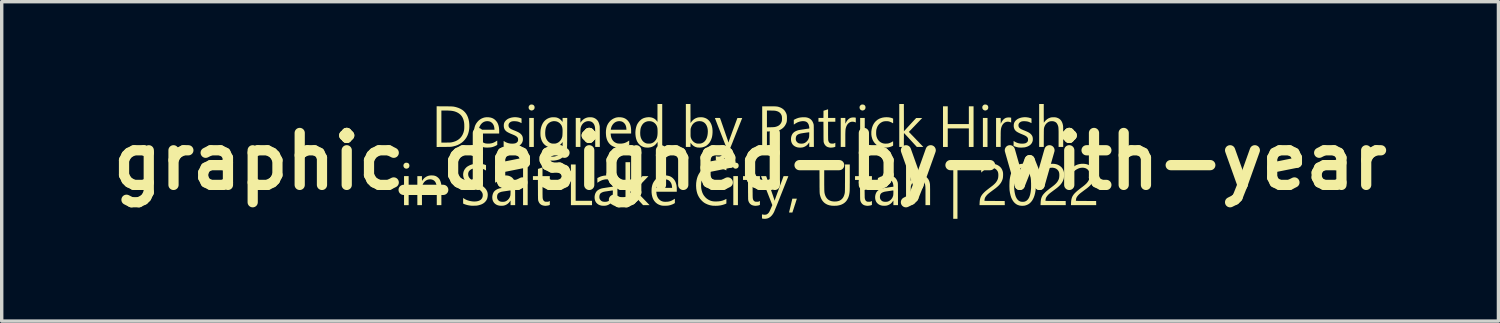
<source format=kicad_pcb>
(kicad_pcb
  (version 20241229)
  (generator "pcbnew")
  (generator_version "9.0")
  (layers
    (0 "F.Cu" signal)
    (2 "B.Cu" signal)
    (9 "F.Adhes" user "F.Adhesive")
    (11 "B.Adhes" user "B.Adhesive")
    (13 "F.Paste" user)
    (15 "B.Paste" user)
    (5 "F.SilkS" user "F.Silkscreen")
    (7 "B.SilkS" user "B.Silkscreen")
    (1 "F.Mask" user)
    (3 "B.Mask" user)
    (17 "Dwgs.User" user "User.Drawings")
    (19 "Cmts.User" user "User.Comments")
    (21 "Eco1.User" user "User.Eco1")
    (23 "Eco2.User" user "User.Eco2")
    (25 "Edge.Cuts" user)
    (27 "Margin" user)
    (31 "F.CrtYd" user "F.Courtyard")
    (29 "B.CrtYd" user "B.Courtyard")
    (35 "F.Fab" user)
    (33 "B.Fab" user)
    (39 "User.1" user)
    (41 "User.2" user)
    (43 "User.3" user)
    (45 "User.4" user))
  (footprint "graphic_designed-by-with-year"
    (layer "F.Cu")
    (at 18.948 1.684)
    (property "Reference" "graphic_designed-by-with-year" (at 0 0 0) (layer "F.SilkS") (effects (font (size 1.524 1.524) (thickness 0.3))))
    (attr board_only exclude_from_pos_files exclude_from_bom)
    (fp_poly (pts (xy -10.013 1.283) (xy -10.148 1.283) (xy -10.148 0.431) (xy -10.013 0.431)) (stroke (width 0) (type solid)) (fill yes) (layer "F.SilkS"))
    (fp_poly (pts (xy -6.522 1.283) (xy -6.657 1.283) (xy -6.657 0.023) (xy -6.522 0.023)) (stroke (width 0) (type solid)) (fill yes) (layer "F.SilkS"))
    (fp_poly (pts (xy -6.342 -0.424) (xy -6.477 -0.424) (xy -6.477 -1.275) (xy -6.342 -1.275)) (stroke (width 0) (type solid)) (fill yes) (layer "F.SilkS"))
    (fp_poly (pts (xy -0.356 1.283) (xy -0.491 1.283) (xy -0.491 0.431) (xy -0.356 0.431)) (stroke (width 0) (type solid)) (fill yes) (layer "F.SilkS"))
    (fp_poly (pts (xy 3.364 -0.424) (xy 3.229 -0.424) (xy 3.229 -1.275) (xy 3.364 -1.275)) (stroke (width 0) (type solid)) (fill yes) (layer "F.SilkS"))
    (fp_poly (pts (xy 6.964 -0.424) (xy 6.829 -0.424) (xy 6.829 -1.275) (xy 6.964 -1.275)) (stroke (width 0) (type solid)) (fill yes) (layer "F.SilkS"))
    (fp_poly (pts (xy -5.115 1.155) (xy -4.635 1.155) (xy -4.635 1.283) (xy -5.254 1.283) (xy -5.254 0.09) (xy -5.115 0.09)) (stroke (width 0) (type solid)) (fill yes) (layer "F.SilkS"))
    (fp_poly (pts (xy 6.083 1.684) (xy 5.959 1.684) (xy 5.96 0.832) (xy 5.961 -0.021) (xy 6.022 -0.022) (xy 6.083 -0.023)) (stroke (width 0) (type solid)) (fill yes) (layer "F.SilkS"))
    (fp_poly (pts (xy 5.798 -1.095) (xy 6.417 -1.095) (xy 6.417 -1.616) (xy 6.555 -1.616) (xy 6.555 -0.424) (xy 6.417 -0.424) (xy 6.417 -0.968) (xy 5.798 -0.968) (xy 5.798 -0.424) (xy 5.659 -0.424) (xy 5.659 -1.616) (xy 5.798 -1.616)) (stroke (width 0) (type solid)) (fill yes) (layer "F.SilkS"))
    (fp_poly (pts (xy -10.052 0.041) (xy -10.029 0.05) (xy -10.011 0.064) (xy -9.999 0.083) (xy -9.992 0.107) (xy -9.99 0.124) (xy -9.994 0.15) (xy -10.003 0.173) (xy -10.019 0.191) (xy -10.04 0.204) (xy -10.052 0.208) (xy -10.07 0.212) (xy -10.085 0.213) (xy -10.101 0.21) (xy -10.105 0.208) (xy -10.128 0.198) (xy -10.146 0.181) (xy -10.159 0.16) (xy -10.165 0.136) (xy -10.166 0.134) (xy -10.165 0.108) (xy -10.158 0.085) (xy -10.145 0.067) (xy -10.128 0.051) (xy -10.11 0.042) (xy -10.088 0.038) (xy -10.079 0.038)) (stroke (width 0) (type solid)) (fill yes) (layer "F.SilkS"))
    (fp_poly (pts (xy -6.38 -1.666) (xy -6.358 -1.657) (xy -6.34 -1.642) (xy -6.327 -1.623) (xy -6.32 -1.599) (xy -6.319 -1.582) (xy -6.322 -1.556) (xy -6.332 -1.534) (xy -6.348 -1.516) (xy -6.369 -1.503) (xy -6.381 -1.498) (xy -6.398 -1.494) (xy -6.413 -1.493) (xy -6.429 -1.497) (xy -6.434 -1.498) (xy -6.457 -1.509) (xy -6.475 -1.525) (xy -6.488 -1.546) (xy -6.494 -1.571) (xy -6.494 -1.572) (xy -6.494 -1.598) (xy -6.486 -1.621) (xy -6.474 -1.639) (xy -6.457 -1.655) (xy -6.438 -1.665) (xy -6.417 -1.669) (xy -6.407 -1.669)) (stroke (width 0) (type solid)) (fill yes) (layer "F.SilkS"))
    (fp_poly (pts (xy -0.395 0.041) (xy -0.372 0.05) (xy -0.354 0.064) (xy -0.342 0.083) (xy -0.335 0.107) (xy -0.334 0.124) (xy -0.337 0.15) (xy -0.347 0.173) (xy -0.362 0.191) (xy -0.383 0.204) (xy -0.395 0.208) (xy -0.413 0.212) (xy -0.428 0.213) (xy -0.444 0.21) (xy -0.449 0.208) (xy -0.472 0.198) (xy -0.49 0.181) (xy -0.502 0.16) (xy -0.509 0.136) (xy -0.509 0.134) (xy -0.508 0.108) (xy -0.501 0.085) (xy -0.489 0.067) (xy -0.471 0.051) (xy -0.453 0.042) (xy -0.431 0.038) (xy -0.422 0.038)) (stroke (width 0) (type solid)) (fill yes) (layer "F.SilkS"))
    (fp_poly (pts (xy 3.325 -1.666) (xy 3.348 -1.657) (xy 3.366 -1.642) (xy 3.378 -1.623) (xy 3.385 -1.599) (xy 3.386 -1.582) (xy 3.383 -1.556) (xy 3.373 -1.534) (xy 3.358 -1.516) (xy 3.337 -1.503) (xy 3.325 -1.498) (xy 3.307 -1.494) (xy 3.292 -1.493) (xy 3.276 -1.497) (xy 3.271 -1.498) (xy 3.248 -1.509) (xy 3.23 -1.525) (xy 3.218 -1.546) (xy 3.212 -1.571) (xy 3.211 -1.572) (xy 3.212 -1.598) (xy 3.219 -1.621) (xy 3.232 -1.639) (xy 3.249 -1.655) (xy 3.267 -1.665) (xy 3.289 -1.669) (xy 3.298 -1.669)) (stroke (width 0) (type solid)) (fill yes) (layer "F.SilkS"))
    (fp_poly (pts (xy 6.925 -1.666) (xy 6.948 -1.657) (xy 6.966 -1.642) (xy 6.979 -1.623) (xy 6.985 -1.599) (xy 6.987 -1.582) (xy 6.983 -1.556) (xy 6.974 -1.534) (xy 6.958 -1.516) (xy 6.937 -1.503) (xy 6.925 -1.498) (xy 6.907 -1.494) (xy 6.892 -1.493) (xy 6.876 -1.497) (xy 6.872 -1.498) (xy 6.849 -1.509) (xy 6.831 -1.525) (xy 6.818 -1.546) (xy 6.812 -1.571) (xy 6.812 -1.572) (xy 6.812 -1.598) (xy 6.819 -1.621) (xy 6.832 -1.639) (xy 6.849 -1.655) (xy 6.867 -1.665) (xy 6.889 -1.669) (xy 6.898 -1.669)) (stroke (width 0) (type solid)) (fill yes) (layer "F.SilkS"))
    (fp_poly (pts (xy 1.346 1.092) (xy 1.361 1.092) (xy 1.37 1.093) (xy 1.373 1.094) (xy 1.371 1.098) (xy 1.368 1.108) (xy 1.363 1.124) (xy 1.356 1.145) (xy 1.348 1.17) (xy 1.339 1.199) (xy 1.329 1.231) (xy 1.318 1.264) (xy 1.306 1.299) (xy 1.295 1.335) (xy 1.283 1.371) (xy 1.272 1.406) (xy 1.261 1.439) (xy 1.258 1.449) (xy 1.241 1.5) (xy 1.192 1.5) (xy 1.174 1.5) (xy 1.159 1.499) (xy 1.149 1.498) (xy 1.144 1.497) (xy 1.144 1.497) (xy 1.145 1.493) (xy 1.147 1.482) (xy 1.151 1.466) (xy 1.156 1.444) (xy 1.163 1.417) (xy 1.17 1.387) (xy 1.178 1.353) (xy 1.187 1.317) (xy 1.192 1.294) (xy 1.24 1.093) (xy 1.306 1.092) (xy 1.328 1.092)) (stroke (width 0) (type solid)) (fill yes) (layer "F.SilkS"))
    (fp_poly (pts (xy 3.061 -1.289) (xy 3.076 -1.286) (xy 3.101 -1.282) (xy 3.101 -1.14) (xy 3.081 -1.15) (xy 3.056 -1.158) (xy 3.028 -1.164) (xy 2.999 -1.165) (xy 2.975 -1.163) (xy 2.941 -1.154) (xy 2.91 -1.138) (xy 2.882 -1.115) (xy 2.857 -1.087) (xy 2.836 -1.053) (xy 2.819 -1.013) (xy 2.809 -0.981) (xy 2.806 -0.968) (xy 2.803 -0.955) (xy 2.801 -0.941) (xy 2.799 -0.925) (xy 2.798 -0.907) (xy 2.797 -0.886) (xy 2.796 -0.861) (xy 2.795 -0.832) (xy 2.794 -0.797) (xy 2.794 -0.758) (xy 2.794 -0.712) (xy 2.794 -0.659) (xy 2.794 -0.65) (xy 2.794 -0.424) (xy 2.659 -0.424) (xy 2.659 -1.275) (xy 2.794 -1.275) (xy 2.795 -1.188) (xy 2.795 -1.16) (xy 2.795 -1.139) (xy 2.796 -1.125) (xy 2.797 -1.115) (xy 2.797 -1.11) (xy 2.798 -1.109) (xy 2.8 -1.111) (xy 2.801 -1.114) (xy 2.822 -1.158) (xy 2.847 -1.197) (xy 2.875 -1.229) (xy 2.906 -1.255) (xy 2.94 -1.274) (xy 2.951 -1.278) (xy 2.974 -1.284) (xy 3.002 -1.288) (xy 3.032 -1.29)) (stroke (width 0) (type solid)) (fill yes) (layer "F.SilkS"))
    (fp_poly (pts (xy 7.617 -1.289) (xy 7.632 -1.286) (xy 7.658 -1.282) (xy 7.658 -1.14) (xy 7.638 -1.15) (xy 7.613 -1.158) (xy 7.584 -1.164) (xy 7.555 -1.165) (xy 7.532 -1.163) (xy 7.498 -1.154) (xy 7.466 -1.138) (xy 7.438 -1.115) (xy 7.413 -1.087) (xy 7.392 -1.053) (xy 7.375 -1.013) (xy 7.365 -0.981) (xy 7.362 -0.968) (xy 7.36 -0.955) (xy 7.358 -0.941) (xy 7.356 -0.925) (xy 7.354 -0.907) (xy 7.353 -0.886) (xy 7.352 -0.861) (xy 7.351 -0.832) (xy 7.351 -0.797) (xy 7.351 -0.758) (xy 7.35 -0.712) (xy 7.35 -0.659) (xy 7.35 -0.65) (xy 7.35 -0.424) (xy 7.215 -0.424) (xy 7.215 -1.275) (xy 7.35 -1.275) (xy 7.351 -1.188) (xy 7.352 -1.16) (xy 7.352 -1.139) (xy 7.352 -1.125) (xy 7.353 -1.115) (xy 7.354 -1.11) (xy 7.355 -1.109) (xy 7.356 -1.111) (xy 7.358 -1.114) (xy 7.379 -1.158) (xy 7.404 -1.197) (xy 7.431 -1.229) (xy 7.462 -1.255) (xy 7.496 -1.274) (xy 7.507 -1.278) (xy 7.531 -1.284) (xy 7.559 -1.288) (xy 7.588 -1.29)) (stroke (width 0) (type solid)) (fill yes) (layer "F.SilkS"))
    (fp_poly (pts (xy -3.517 0.423) (xy -3.516 0.823) (xy -3.338 0.629) (xy -3.309 0.596) (xy -3.28 0.566) (xy -3.254 0.537) (xy -3.23 0.511) (xy -3.209 0.488) (xy -3.19 0.468) (xy -3.175 0.452) (xy -3.164 0.441) (xy -3.158 0.434) (xy -3.156 0.433) (xy -3.151 0.432) (xy -3.14 0.432) (xy -3.124 0.432) (xy -3.103 0.432) (xy -3.079 0.432) (xy -3.066 0.432) (xy -2.98 0.433) (xy -3.176 0.637) (xy -3.372 0.841) (xy -3.342 0.871) (xy -3.334 0.88) (xy -3.322 0.893) (xy -3.305 0.91) (xy -3.285 0.931) (xy -3.262 0.955) (xy -3.236 0.982) (xy -3.209 1.01) (xy -3.18 1.04) (xy -3.154 1.067) (xy -3.125 1.097) (xy -3.097 1.126) (xy -3.07 1.154) (xy -3.045 1.18) (xy -3.023 1.203) (xy -3.004 1.223) (xy -2.988 1.239) (xy -2.977 1.251) (xy -2.971 1.257) (xy -2.946 1.283) (xy -3.137 1.283) (xy -3.325 1.078) (xy -3.355 1.045) (xy -3.384 1.014) (xy -3.411 0.984) (xy -3.436 0.958) (xy -3.458 0.934) (xy -3.477 0.913) (xy -3.493 0.897) (xy -3.505 0.884) (xy -3.512 0.876) (xy -3.515 0.874) (xy -3.515 0.877) (xy -3.516 0.888) (xy -3.516 0.905) (xy -3.517 0.927) (xy -3.517 0.953) (xy -3.517 0.984) (xy -3.518 1.019) (xy -3.518 1.056) (xy -3.518 1.078) (xy -3.518 1.283) (xy -3.653 1.283) (xy -3.653 0.023) (xy -3.518 0.023)) (stroke (width 0) (type solid)) (fill yes) (layer "F.SilkS"))
    (fp_poly (pts (xy 4.512 -1.284) (xy 4.513 -0.884) (xy 4.691 -1.078) (xy 4.721 -1.11) (xy 4.749 -1.141) (xy 4.775 -1.169) (xy 4.799 -1.195) (xy 4.821 -1.218) (xy 4.839 -1.238) (xy 4.854 -1.254) (xy 4.865 -1.265) (xy 4.871 -1.272) (xy 4.873 -1.274) (xy 4.878 -1.274) (xy 4.889 -1.274) (xy 4.906 -1.274) (xy 4.926 -1.274) (xy 4.95 -1.274) (xy 4.963 -1.274) (xy 5.049 -1.273) (xy 4.853 -1.069) (xy 4.657 -0.865) (xy 4.687 -0.835) (xy 4.695 -0.827) (xy 4.707 -0.814) (xy 4.724 -0.796) (xy 4.744 -0.775) (xy 4.768 -0.751) (xy 4.793 -0.725) (xy 4.821 -0.696) (xy 4.849 -0.667) (xy 4.875 -0.639) (xy 4.904 -0.609) (xy 4.933 -0.58) (xy 4.959 -0.552) (xy 4.984 -0.526) (xy 5.006 -0.503) (xy 5.025 -0.484) (xy 5.041 -0.467) (xy 5.052 -0.456) (xy 5.059 -0.449) (xy 5.083 -0.424) (xy 4.892 -0.424) (xy 4.705 -0.628) (xy 4.674 -0.661) (xy 4.645 -0.693) (xy 4.618 -0.722) (xy 4.593 -0.749) (xy 4.571 -0.773) (xy 4.552 -0.793) (xy 4.536 -0.81) (xy 4.525 -0.822) (xy 4.517 -0.83) (xy 4.514 -0.832) (xy 4.514 -0.829) (xy 4.513 -0.818) (xy 4.513 -0.802) (xy 4.512 -0.78) (xy 4.512 -0.753) (xy 4.512 -0.722) (xy 4.512 -0.688) (xy 4.511 -0.651) (xy 4.511 -0.628) (xy 4.511 -0.424) (xy 4.376 -0.424) (xy 4.376 -1.684) (xy 4.511 -1.684)) (stroke (width 0) (type solid)) (fill yes) (layer "F.SilkS"))
    (fp_poly (pts (xy -6.087 0.431) (xy -5.873 0.431) (xy -5.873 0.544) (xy -6.087 0.544) (xy -6.086 0.796) (xy -6.086 0.843) (xy -6.086 0.888) (xy -6.086 0.929) (xy -6.086 0.967) (xy -6.085 1) (xy -6.085 1.027) (xy -6.084 1.05) (xy -6.083 1.065) (xy -6.083 1.074) (xy -6.083 1.074) (xy -6.076 1.107) (xy -6.066 1.132) (xy -6.052 1.153) (xy -6.035 1.168) (xy -6.024 1.174) (xy -6.015 1.178) (xy -6.006 1.181) (xy -5.995 1.182) (xy -5.98 1.183) (xy -5.963 1.183) (xy -5.944 1.183) (xy -5.93 1.182) (xy -5.92 1.181) (xy -5.911 1.178) (xy -5.901 1.174) (xy -5.896 1.172) (xy -5.873 1.16) (xy -5.873 1.275) (xy -5.89 1.283) (xy -5.908 1.289) (xy -5.932 1.294) (xy -5.958 1.298) (xy -5.985 1.301) (xy -6.011 1.301) (xy -6.033 1.3) (xy -6.04 1.299) (xy -6.048 1.297) (xy -6.059 1.295) (xy -6.068 1.293) (xy -6.102 1.283) (xy -6.134 1.266) (xy -6.161 1.243) (xy -6.183 1.215) (xy -6.201 1.181) (xy -6.213 1.147) (xy -6.214 1.142) (xy -6.215 1.136) (xy -6.216 1.129) (xy -6.217 1.12) (xy -6.217 1.108) (xy -6.218 1.093) (xy -6.219 1.075) (xy -6.219 1.052) (xy -6.219 1.025) (xy -6.22 0.993) (xy -6.22 0.956) (xy -6.22 0.912) (xy -6.22 0.861) (xy -6.221 0.833) (xy -6.222 0.544) (xy -6.368 0.544) (xy -6.368 0.431) (xy -6.222 0.431) (xy -6.22 0.221) (xy -6.153 0.199) (xy -6.087 0.177)) (stroke (width 0) (type solid)) (fill yes) (layer "F.SilkS"))
    (fp_poly (pts (xy 0.075 0.431) (xy 0.289 0.431) (xy 0.289 0.544) (xy 0.075 0.544) (xy 0.075 0.796) (xy 0.075 0.843) (xy 0.075 0.888) (xy 0.076 0.929) (xy 0.076 0.967) (xy 0.076 1) (xy 0.077 1.027) (xy 0.078 1.05) (xy 0.078 1.065) (xy 0.079 1.074) (xy 0.079 1.074) (xy 0.085 1.107) (xy 0.095 1.132) (xy 0.109 1.153) (xy 0.127 1.168) (xy 0.138 1.174) (xy 0.147 1.178) (xy 0.156 1.181) (xy 0.167 1.182) (xy 0.181 1.183) (xy 0.199 1.183) (xy 0.218 1.183) (xy 0.232 1.182) (xy 0.242 1.181) (xy 0.251 1.178) (xy 0.26 1.174) (xy 0.265 1.172) (xy 0.289 1.16) (xy 0.289 1.275) (xy 0.271 1.283) (xy 0.253 1.289) (xy 0.23 1.294) (xy 0.203 1.298) (xy 0.176 1.301) (xy 0.151 1.301) (xy 0.129 1.3) (xy 0.122 1.299) (xy 0.114 1.297) (xy 0.102 1.295) (xy 0.094 1.293) (xy 0.059 1.283) (xy 0.028 1.266) (xy 0.001 1.243) (xy -0.022 1.215) (xy -0.04 1.181) (xy -0.051 1.147) (xy -0.052 1.142) (xy -0.054 1.136) (xy -0.054 1.129) (xy -0.055 1.12) (xy -0.056 1.108) (xy -0.057 1.093) (xy -0.057 1.075) (xy -0.057 1.052) (xy -0.058 1.025) (xy -0.058 0.993) (xy -0.058 0.956) (xy -0.059 0.912) (xy -0.059 0.861) (xy -0.059 0.833) (xy -0.06 0.544) (xy -0.206 0.544) (xy -0.206 0.431) (xy -0.06 0.431) (xy -0.058 0.221) (xy 0.008 0.199) (xy 0.075 0.177)) (stroke (width 0) (type solid)) (fill yes) (layer "F.SilkS"))
    (fp_poly (pts (xy 2.288 -1.275) (xy 2.501 -1.275) (xy 2.501 -1.163) (xy 2.288 -1.163) (xy 2.288 -0.91) (xy 2.288 -0.863) (xy 2.288 -0.818) (xy 2.288 -0.777) (xy 2.289 -0.74) (xy 2.289 -0.707) (xy 2.29 -0.679) (xy 2.29 -0.657) (xy 2.291 -0.641) (xy 2.291 -0.632) (xy 2.291 -0.632) (xy 2.298 -0.6) (xy 2.308 -0.574) (xy 2.322 -0.554) (xy 2.339 -0.538) (xy 2.35 -0.532) (xy 2.359 -0.528) (xy 2.368 -0.526) (xy 2.379 -0.524) (xy 2.394 -0.523) (xy 2.411 -0.523) (xy 2.431 -0.523) (xy 2.444 -0.524) (xy 2.454 -0.525) (xy 2.463 -0.528) (xy 2.473 -0.532) (xy 2.478 -0.535) (xy 2.501 -0.546) (xy 2.501 -0.431) (xy 2.484 -0.423) (xy 2.466 -0.417) (xy 2.442 -0.412) (xy 2.416 -0.408) (xy 2.389 -0.406) (xy 2.363 -0.405) (xy 2.342 -0.406) (xy 2.334 -0.407) (xy 2.327 -0.409) (xy 2.315 -0.411) (xy 2.306 -0.413) (xy 2.272 -0.423) (xy 2.241 -0.44) (xy 2.214 -0.463) (xy 2.191 -0.492) (xy 2.173 -0.525) (xy 2.161 -0.559) (xy 2.16 -0.564) (xy 2.159 -0.57) (xy 2.158 -0.577) (xy 2.157 -0.587) (xy 2.157 -0.599) (xy 2.156 -0.613) (xy 2.156 -0.632) (xy 2.155 -0.654) (xy 2.155 -0.681) (xy 2.154 -0.713) (xy 2.154 -0.751) (xy 2.154 -0.795) (xy 2.154 -0.845) (xy 2.154 -0.873) (xy 2.152 -1.163) (xy 2.006 -1.163) (xy 2.006 -1.275) (xy 2.152 -1.275) (xy 2.154 -1.486) (xy 2.221 -1.507) (xy 2.288 -1.529)) (stroke (width 0) (type solid)) (fill yes) (layer "F.SilkS"))
    (fp_poly (pts (xy 3.36 0.431) (xy 3.574 0.431) (xy 3.574 0.544) (xy 3.36 0.544) (xy 3.36 0.796) (xy 3.36 0.843) (xy 3.36 0.888) (xy 3.361 0.929) (xy 3.361 0.967) (xy 3.362 1) (xy 3.362 1.027) (xy 3.363 1.05) (xy 3.363 1.065) (xy 3.364 1.074) (xy 3.364 1.074) (xy 3.371 1.107) (xy 3.381 1.132) (xy 3.394 1.153) (xy 3.412 1.168) (xy 3.423 1.174) (xy 3.432 1.178) (xy 3.441 1.181) (xy 3.452 1.182) (xy 3.466 1.183) (xy 3.484 1.183) (xy 3.503 1.183) (xy 3.517 1.182) (xy 3.527 1.181) (xy 3.536 1.178) (xy 3.545 1.174) (xy 3.551 1.172) (xy 3.574 1.16) (xy 3.574 1.275) (xy 3.557 1.283) (xy 3.538 1.289) (xy 3.515 1.294) (xy 3.489 1.298) (xy 3.461 1.301) (xy 3.436 1.301) (xy 3.414 1.3) (xy 3.407 1.299) (xy 3.399 1.297) (xy 3.387 1.295) (xy 3.379 1.293) (xy 3.344 1.283) (xy 3.313 1.266) (xy 3.286 1.243) (xy 3.263 1.215) (xy 3.245 1.181) (xy 3.234 1.147) (xy 3.233 1.142) (xy 3.232 1.136) (xy 3.231 1.129) (xy 3.23 1.12) (xy 3.229 1.108) (xy 3.229 1.093) (xy 3.228 1.075) (xy 3.228 1.052) (xy 3.227 1.025) (xy 3.227 0.993) (xy 3.227 0.956) (xy 3.227 0.912) (xy 3.226 0.861) (xy 3.226 0.833) (xy 3.225 0.544) (xy 3.079 0.544) (xy 3.079 0.431) (xy 3.225 0.431) (xy 3.227 0.221) (xy 3.294 0.199) (xy 3.36 0.177)) (stroke (width 0) (type solid)) (fill yes) (layer "F.SilkS"))
    (fp_poly (pts (xy -9.298 0.412) (xy -9.27 0.416) (xy -9.255 0.419) (xy -9.219 0.431) (xy -9.188 0.447) (xy -9.16 0.468) (xy -9.14 0.486) (xy -9.125 0.502) (xy -9.113 0.517) (xy -9.103 0.532) (xy -9.094 0.55) (xy -9.093 0.552) (xy -9.074 0.6) (xy -9.06 0.652) (xy -9.057 0.673) (xy -9.056 0.682) (xy -9.056 0.697) (xy -9.055 0.719) (xy -9.054 0.748) (xy -9.054 0.781) (xy -9.054 0.82) (xy -9.053 0.863) (xy -9.053 0.911) (xy -9.053 0.962) (xy -9.053 0.991) (xy -9.053 1.283) (xy -9.188 1.283) (xy -9.188 1.021) (xy -9.188 0.966) (xy -9.188 0.918) (xy -9.188 0.876) (xy -9.189 0.84) (xy -9.189 0.809) (xy -9.19 0.782) (xy -9.191 0.76) (xy -9.192 0.741) (xy -9.193 0.725) (xy -9.194 0.711) (xy -9.196 0.698) (xy -9.199 0.687) (xy -9.201 0.676) (xy -9.203 0.668) (xy -9.217 0.63) (xy -9.235 0.597) (xy -9.258 0.571) (xy -9.286 0.55) (xy -9.318 0.536) (xy -9.354 0.527) (xy -9.385 0.525) (xy -9.426 0.529) (xy -9.464 0.539) (xy -9.499 0.556) (xy -9.531 0.579) (xy -9.559 0.608) (xy -9.583 0.641) (xy -9.601 0.68) (xy -9.608 0.698) (xy -9.61 0.708) (xy -9.613 0.717) (xy -9.615 0.728) (xy -9.617 0.74) (xy -9.618 0.754) (xy -9.62 0.77) (xy -9.621 0.79) (xy -9.622 0.813) (xy -9.622 0.84) (xy -9.622 0.872) (xy -9.623 0.91) (xy -9.623 0.953) (xy -9.623 1.004) (xy -9.623 1.032) (xy -9.623 1.283) (xy -9.758 1.283) (xy -9.758 0.431) (xy -9.623 0.431) (xy -9.623 0.501) (xy -9.623 0.523) (xy -9.622 0.542) (xy -9.622 0.557) (xy -9.621 0.566) (xy -9.62 0.57) (xy -9.616 0.567) (xy -9.613 0.562) (xy -9.606 0.55) (xy -9.595 0.535) (xy -9.581 0.519) (xy -9.566 0.502) (xy -9.55 0.487) (xy -9.538 0.476) (xy -9.5 0.45) (xy -9.457 0.43) (xy -9.421 0.419) (xy -9.394 0.414) (xy -9.363 0.411) (xy -9.33 0.411)) (stroke (width 0) (type solid)) (fill yes) (layer "F.SilkS"))
    (fp_poly (pts (xy -4.652 -1.294) (xy -4.623 -1.29) (xy -4.608 -1.287) (xy -4.573 -1.275) (xy -4.542 -1.259) (xy -4.513 -1.239) (xy -4.494 -1.221) (xy -4.478 -1.204) (xy -4.466 -1.19) (xy -4.457 -1.175) (xy -4.447 -1.157) (xy -4.446 -1.155) (xy -4.427 -1.106) (xy -4.414 -1.054) (xy -4.41 -1.033) (xy -4.41 -1.025) (xy -4.409 -1.009) (xy -4.408 -0.987) (xy -4.408 -0.959) (xy -4.408 -0.925) (xy -4.407 -0.886) (xy -4.407 -0.843) (xy -4.407 -0.795) (xy -4.407 -0.744) (xy -4.407 -0.715) (xy -4.406 -0.424) (xy -4.541 -0.424) (xy -4.541 -0.685) (xy -4.542 -0.74) (xy -4.542 -0.789) (xy -4.542 -0.83) (xy -4.542 -0.867) (xy -4.543 -0.897) (xy -4.543 -0.924) (xy -4.544 -0.946) (xy -4.545 -0.965) (xy -4.546 -0.982) (xy -4.548 -0.996) (xy -4.55 -1.008) (xy -4.552 -1.019) (xy -4.555 -1.03) (xy -4.557 -1.039) (xy -4.57 -1.077) (xy -4.589 -1.109) (xy -4.612 -1.135) (xy -4.639 -1.156) (xy -4.671 -1.171) (xy -4.707 -1.179) (xy -4.738 -1.181) (xy -4.779 -1.178) (xy -4.817 -1.167) (xy -4.853 -1.15) (xy -4.885 -1.127) (xy -4.913 -1.099) (xy -4.936 -1.065) (xy -4.955 -1.026) (xy -4.961 -1.009) (xy -4.964 -0.999) (xy -4.966 -0.989) (xy -4.969 -0.978) (xy -4.97 -0.966) (xy -4.972 -0.953) (xy -4.973 -0.936) (xy -4.974 -0.917) (xy -4.975 -0.894) (xy -4.976 -0.866) (xy -4.976 -0.834) (xy -4.976 -0.797) (xy -4.976 -0.753) (xy -4.976 -0.703) (xy -4.976 -0.675) (xy -4.976 -0.424) (xy -5.112 -0.424) (xy -5.112 -1.275) (xy -4.976 -1.275) (xy -4.976 -1.206) (xy -4.976 -1.184) (xy -4.976 -1.165) (xy -4.975 -1.15) (xy -4.974 -1.14) (xy -4.973 -1.136) (xy -4.97 -1.139) (xy -4.966 -1.145) (xy -4.96 -1.156) (xy -4.948 -1.171) (xy -4.935 -1.187) (xy -4.919 -1.204) (xy -4.904 -1.219) (xy -4.891 -1.23) (xy -4.853 -1.256) (xy -4.811 -1.276) (xy -4.775 -1.287) (xy -4.748 -1.292) (xy -4.717 -1.295) (xy -4.684 -1.295)) (stroke (width 0) (type solid)) (fill yes) (layer "F.SilkS"))
    (fp_poly (pts (xy 0.6 -1.616) (xy 0.642 -1.616) (xy 0.678 -1.616) (xy 0.709 -1.615) (xy 0.735 -1.614) (xy 0.757 -1.613) (xy 0.776 -1.611) (xy 0.793 -1.609) (xy 0.808 -1.607) (xy 0.822 -1.603) (xy 0.837 -1.6) (xy 0.851 -1.595) (xy 0.857 -1.593) (xy 0.905 -1.574) (xy 0.947 -1.55) (xy 0.984 -1.521) (xy 1.016 -1.487) (xy 1.042 -1.447) (xy 1.048 -1.434) (xy 1.059 -1.412) (xy 1.067 -1.392) (xy 1.073 -1.373) (xy 1.077 -1.353) (xy 1.08 -1.331) (xy 1.081 -1.305) (xy 1.082 -1.273) (xy 1.082 -1.264) (xy 1.081 -1.231) (xy 1.08 -1.203) (xy 1.078 -1.18) (xy 1.074 -1.16) (xy 1.069 -1.141) (xy 1.062 -1.121) (xy 1.052 -1.1) (xy 1.05 -1.096) (xy 1.035 -1.067) (xy 1.02 -1.043) (xy 1.003 -1.021) (xy 0.983 -0.998) (xy 0.944 -0.964) (xy 0.902 -0.936) (xy 0.856 -0.913) (xy 0.805 -0.895) (xy 0.749 -0.883) (xy 0.748 -0.883) (xy 0.733 -0.881) (xy 0.715 -0.88) (xy 0.691 -0.879) (xy 0.662 -0.878) (xy 0.627 -0.878) (xy 0.605 -0.878) (xy 0.495 -0.878) (xy 0.495 -0.424) (xy 0.356 -0.424) (xy 0.356 -1.493) (xy 0.495 -1.493) (xy 0.495 -1) (xy 0.601 -1.002) (xy 0.635 -1.003) (xy 0.662 -1.004) (xy 0.684 -1.005) (xy 0.702 -1.006) (xy 0.717 -1.008) (xy 0.729 -1.009) (xy 0.741 -1.012) (xy 0.785 -1.025) (xy 0.824 -1.042) (xy 0.858 -1.065) (xy 0.886 -1.093) (xy 0.908 -1.125) (xy 0.925 -1.161) (xy 0.932 -1.187) (xy 0.935 -1.205) (xy 0.936 -1.228) (xy 0.937 -1.253) (xy 0.936 -1.278) (xy 0.935 -1.302) (xy 0.932 -1.323) (xy 0.929 -1.339) (xy 0.929 -1.339) (xy 0.913 -1.376) (xy 0.893 -1.407) (xy 0.867 -1.433) (xy 0.835 -1.455) (xy 0.798 -1.471) (xy 0.759 -1.482) (xy 0.748 -1.484) (xy 0.736 -1.486) (xy 0.723 -1.488) (xy 0.706 -1.489) (xy 0.686 -1.49) (xy 0.661 -1.491) (xy 0.63 -1.491) (xy 0.61 -1.492) (xy 0.495 -1.493) (xy 0.356 -1.493) (xy 0.356 -1.616) (xy 0.552 -1.616)) (stroke (width 0) (type solid)) (fill yes) (layer "F.SilkS"))
    (fp_poly (pts (xy 4.71 0.296) (xy 4.71 0.341) (xy 4.71 0.383) (xy 4.711 0.423) (xy 4.711 0.459) (xy 4.711 0.491) (xy 4.711 0.518) (xy 4.712 0.54) (xy 4.712 0.557) (xy 4.713 0.567) (xy 4.713 0.57) (xy 4.716 0.567) (xy 4.722 0.559) (xy 4.73 0.548) (xy 4.731 0.547) (xy 4.74 0.535) (xy 4.753 0.52) (xy 4.767 0.504) (xy 4.779 0.493) (xy 4.815 0.463) (xy 4.854 0.44) (xy 4.898 0.423) (xy 4.911 0.419) (xy 4.935 0.415) (xy 4.964 0.412) (xy 4.996 0.411) (xy 5.027 0.412) (xy 5.057 0.415) (xy 5.081 0.419) (xy 5.083 0.419) (xy 5.124 0.434) (xy 5.161 0.454) (xy 5.192 0.478) (xy 5.219 0.509) (xy 5.241 0.545) (xy 5.258 0.587) (xy 5.271 0.634) (xy 5.276 0.666) (xy 5.277 0.674) (xy 5.278 0.69) (xy 5.278 0.712) (xy 5.279 0.74) (xy 5.279 0.774) (xy 5.28 0.813) (xy 5.28 0.856) (xy 5.28 0.904) (xy 5.28 0.955) (xy 5.28 0.987) (xy 5.28 1.283) (xy 5.145 1.283) (xy 5.145 1.019) (xy 5.145 0.963) (xy 5.145 0.915) (xy 5.145 0.872) (xy 5.145 0.835) (xy 5.144 0.804) (xy 5.143 0.777) (xy 5.143 0.754) (xy 5.141 0.735) (xy 5.14 0.719) (xy 5.138 0.704) (xy 5.136 0.692) (xy 5.134 0.681) (xy 5.131 0.67) (xy 5.128 0.659) (xy 5.126 0.655) (xy 5.112 0.619) (xy 5.093 0.59) (xy 5.071 0.566) (xy 5.044 0.548) (xy 5.012 0.534) (xy 4.996 0.53) (xy 4.97 0.526) (xy 4.94 0.526) (xy 4.91 0.529) (xy 4.883 0.534) (xy 4.876 0.537) (xy 4.84 0.553) (xy 4.808 0.575) (xy 4.779 0.604) (xy 4.755 0.637) (xy 4.735 0.675) (xy 4.721 0.715) (xy 4.719 0.72) (xy 4.718 0.726) (xy 4.717 0.732) (xy 4.716 0.74) (xy 4.715 0.748) (xy 4.714 0.759) (xy 4.713 0.773) (xy 4.713 0.79) (xy 4.713 0.81) (xy 4.712 0.836) (xy 4.712 0.866) (xy 4.712 0.901) (xy 4.711 0.943) (xy 4.711 0.992) (xy 4.711 1.013) (xy 4.71 1.283) (xy 4.575 1.283) (xy 4.575 0.023) (xy 4.71 0.023)) (stroke (width 0) (type solid)) (fill yes) (layer "F.SilkS"))
    (fp_poly (pts (xy 8.614 -1.41) (xy 8.614 -1.366) (xy 8.614 -1.323) (xy 8.614 -1.284) (xy 8.615 -1.248) (xy 8.615 -1.216) (xy 8.615 -1.188) (xy 8.616 -1.166) (xy 8.616 -1.15) (xy 8.617 -1.14) (xy 8.617 -1.136) (xy 8.62 -1.139) (xy 8.626 -1.147) (xy 8.634 -1.158) (xy 8.635 -1.159) (xy 8.644 -1.171) (xy 8.657 -1.186) (xy 8.671 -1.202) (xy 8.683 -1.213) (xy 8.719 -1.243) (xy 8.758 -1.266) (xy 8.802 -1.283) (xy 8.815 -1.287) (xy 8.839 -1.292) (xy 8.868 -1.294) (xy 8.9 -1.295) (xy 8.931 -1.295) (xy 8.96 -1.292) (xy 8.985 -1.287) (xy 8.987 -1.287) (xy 9.028 -1.272) (xy 9.065 -1.253) (xy 9.096 -1.228) (xy 9.123 -1.197) (xy 9.145 -1.161) (xy 9.162 -1.12) (xy 9.175 -1.072) (xy 9.18 -1.041) (xy 9.181 -1.032) (xy 9.182 -1.017) (xy 9.182 -0.994) (xy 9.183 -0.966) (xy 9.183 -0.932) (xy 9.183 -0.894) (xy 9.184 -0.85) (xy 9.184 -0.802) (xy 9.184 -0.751) (xy 9.184 -0.719) (xy 9.184 -0.424) (xy 9.049 -0.424) (xy 9.049 -0.687) (xy 9.049 -0.743) (xy 9.049 -0.792) (xy 9.049 -0.834) (xy 9.049 -0.871) (xy 9.048 -0.902) (xy 9.047 -0.929) (xy 9.046 -0.952) (xy 9.045 -0.971) (xy 9.044 -0.988) (xy 9.042 -1.002) (xy 9.04 -1.014) (xy 9.038 -1.026) (xy 9.035 -1.036) (xy 9.032 -1.047) (xy 9.03 -1.051) (xy 9.015 -1.087) (xy 8.997 -1.117) (xy 8.975 -1.141) (xy 8.948 -1.159) (xy 8.916 -1.172) (xy 8.9 -1.176) (xy 8.874 -1.18) (xy 8.844 -1.18) (xy 8.814 -1.178) (xy 8.787 -1.172) (xy 8.78 -1.17) (xy 8.744 -1.154) (xy 8.712 -1.131) (xy 8.683 -1.103) (xy 8.658 -1.069) (xy 8.639 -1.031) (xy 8.625 -0.992) (xy 8.623 -0.986) (xy 8.622 -0.98) (xy 8.621 -0.974) (xy 8.62 -0.967) (xy 8.619 -0.958) (xy 8.618 -0.947) (xy 8.617 -0.934) (xy 8.617 -0.917) (xy 8.617 -0.896) (xy 8.616 -0.871) (xy 8.616 -0.841) (xy 8.616 -0.805) (xy 8.615 -0.763) (xy 8.615 -0.714) (xy 8.615 -0.693) (xy 8.614 -0.424) (xy 8.479 -0.424) (xy 8.479 -1.684) (xy 8.614 -1.684)) (stroke (width 0) (type solid)) (fill yes) (layer "F.SilkS"))
    (fp_poly (pts (xy -8.964 -1.615) (xy -8.913 -1.615) (xy -8.869 -1.615) (xy -8.831 -1.614) (xy -8.799 -1.614) (xy -8.771 -1.613) (xy -8.747 -1.612) (xy -8.726 -1.61) (xy -8.707 -1.609) (xy -8.69 -1.606) (xy -8.675 -1.604) (xy -8.659 -1.6) (xy -8.643 -1.597) (xy -8.625 -1.592) (xy -8.61 -1.588) (xy -8.549 -1.568) (xy -8.493 -1.543) (xy -8.442 -1.513) (xy -8.397 -1.478) (xy -8.357 -1.437) (xy -8.323 -1.392) (xy -8.294 -1.341) (xy -8.271 -1.285) (xy -8.253 -1.225) (xy -8.241 -1.163) (xy -8.234 -1.09) (xy -8.233 -1.019) (xy -8.237 -0.951) (xy -8.248 -0.885) (xy -8.264 -0.823) (xy -8.286 -0.764) (xy -8.314 -0.71) (xy -8.329 -0.686) (xy -8.367 -0.635) (xy -8.411 -0.588) (xy -8.459 -0.548) (xy -8.512 -0.513) (xy -8.571 -0.483) (xy -8.634 -0.459) (xy -8.703 -0.441) (xy -8.736 -0.434) (xy -8.746 -0.433) (xy -8.756 -0.431) (xy -8.766 -0.43) (xy -8.778 -0.429) (xy -8.793 -0.428) (xy -8.811 -0.427) (xy -8.832 -0.427) (xy -8.858 -0.426) (xy -8.889 -0.426) (xy -8.925 -0.425) (xy -8.969 -0.425) (xy -8.985 -0.425) (xy -9.192 -0.423) (xy -9.192 -1.493) (xy -9.053 -1.493) (xy -9.053 -0.551) (xy -8.917 -0.552) (xy -8.88 -0.553) (xy -8.85 -0.553) (xy -8.826 -0.554) (xy -8.806 -0.554) (xy -8.79 -0.555) (xy -8.776 -0.556) (xy -8.765 -0.558) (xy -8.753 -0.56) (xy -8.742 -0.562) (xy -8.741 -0.562) (xy -8.681 -0.578) (xy -8.627 -0.598) (xy -8.577 -0.625) (xy -8.533 -0.656) (xy -8.494 -0.693) (xy -8.461 -0.734) (xy -8.433 -0.78) (xy -8.411 -0.831) (xy -8.402 -0.857) (xy -8.394 -0.887) (xy -8.388 -0.915) (xy -8.384 -0.943) (xy -8.382 -0.973) (xy -8.381 -1.008) (xy -8.381 -1.035) (xy -8.382 -1.094) (xy -8.388 -1.148) (xy -8.398 -1.196) (xy -8.412 -1.24) (xy -8.43 -1.282) (xy -8.453 -1.321) (xy -8.454 -1.322) (xy -8.483 -1.359) (xy -8.519 -1.391) (xy -8.559 -1.42) (xy -8.605 -1.444) (xy -8.652 -1.462) (xy -8.678 -1.47) (xy -8.704 -1.476) (xy -8.731 -1.481) (xy -8.76 -1.485) (xy -8.792 -1.488) (xy -8.828 -1.49) (xy -8.869 -1.492) (xy -8.916 -1.492) (xy -8.947 -1.493) (xy -9.053 -1.493) (xy -9.192 -1.493) (xy -9.192 -1.617)) (stroke (width 0) (type solid)) (fill yes) (layer "F.SilkS"))
    (fp_poly (pts (xy 4.046 -1.295) (xy 4.097 -1.288) (xy 4.145 -1.276) (xy 4.186 -1.26) (xy 4.196 -1.255) (xy 4.196 -1.186) (xy 4.196 -1.165) (xy 4.196 -1.146) (xy 4.196 -1.131) (xy 4.195 -1.121) (xy 4.194 -1.118) (xy 4.19 -1.12) (xy 4.183 -1.124) (xy 4.182 -1.125) (xy 4.166 -1.134) (xy 4.145 -1.145) (xy 4.121 -1.155) (xy 4.098 -1.165) (xy 4.085 -1.169) (xy 4.071 -1.173) (xy 4.058 -1.176) (xy 4.044 -1.178) (xy 4.028 -1.179) (xy 4.008 -1.179) (xy 3.998 -1.179) (xy 3.968 -1.179) (xy 3.943 -1.177) (xy 3.922 -1.173) (xy 3.901 -1.168) (xy 3.88 -1.159) (xy 3.868 -1.154) (xy 3.829 -1.131) (xy 3.794 -1.102) (xy 3.764 -1.068) (xy 3.739 -1.029) (xy 3.72 -0.985) (xy 3.706 -0.937) (xy 3.703 -0.926) (xy 3.701 -0.905) (xy 3.699 -0.879) (xy 3.698 -0.85) (xy 3.698 -0.821) (xy 3.699 -0.794) (xy 3.701 -0.771) (xy 3.702 -0.766) (xy 3.712 -0.719) (xy 3.729 -0.676) (xy 3.751 -0.638) (xy 3.778 -0.604) (xy 3.809 -0.575) (xy 3.845 -0.552) (xy 3.885 -0.535) (xy 3.914 -0.527) (xy 3.943 -0.523) (xy 3.975 -0.521) (xy 4.009 -0.522) (xy 4.042 -0.525) (xy 4.066 -0.53) (xy 4.099 -0.541) (xy 4.133 -0.556) (xy 4.166 -0.573) (xy 4.178 -0.581) (xy 4.195 -0.592) (xy 4.196 -0.532) (xy 4.196 -0.511) (xy 4.196 -0.493) (xy 4.196 -0.478) (xy 4.195 -0.469) (xy 4.195 -0.466) (xy 4.189 -0.46) (xy 4.178 -0.453) (xy 4.161 -0.445) (xy 4.141 -0.437) (xy 4.119 -0.429) (xy 4.095 -0.422) (xy 4.071 -0.416) (xy 4.048 -0.411) (xy 4.045 -0.411) (xy 4.019 -0.408) (xy 3.989 -0.406) (xy 3.956 -0.406) (xy 3.924 -0.407) (xy 3.895 -0.409) (xy 3.878 -0.411) (xy 3.829 -0.424) (xy 3.781 -0.442) (xy 3.738 -0.466) (xy 3.698 -0.494) (xy 3.692 -0.5) (xy 3.654 -0.539) (xy 3.623 -0.582) (xy 3.597 -0.629) (xy 3.578 -0.681) (xy 3.564 -0.736) (xy 3.557 -0.794) (xy 3.557 -0.854) (xy 3.558 -0.881) (xy 3.567 -0.943) (xy 3.581 -1) (xy 3.601 -1.054) (xy 3.626 -1.102) (xy 3.657 -1.146) (xy 3.693 -1.185) (xy 3.734 -1.219) (xy 3.781 -1.247) (xy 3.793 -1.253) (xy 3.839 -1.271) (xy 3.889 -1.285) (xy 3.94 -1.293) (xy 3.993 -1.296)) (stroke (width 0) (type solid)) (fill yes) (layer "F.SilkS"))
    (fp_poly (pts (xy -0.901 0.072) (xy -0.839 0.078) (xy -0.782 0.088) (xy -0.732 0.101) (xy -0.714 0.108) (xy -0.696 0.115) (xy -0.695 0.189) (xy -0.694 0.212) (xy -0.694 0.231) (xy -0.694 0.247) (xy -0.695 0.258) (xy -0.695 0.262) (xy -0.695 0.263) (xy -0.699 0.261) (xy -0.708 0.257) (xy -0.72 0.252) (xy -0.725 0.249) (xy -0.78 0.227) (xy -0.837 0.211) (xy -0.895 0.201) (xy -0.953 0.196) (xy -1.011 0.197) (xy -1.067 0.203) (xy -1.121 0.216) (xy -1.17 0.234) (xy -1.184 0.24) (xy -1.233 0.268) (xy -1.277 0.302) (xy -1.316 0.341) (xy -1.35 0.385) (xy -1.379 0.434) (xy -1.403 0.488) (xy -1.42 0.545) (xy -1.425 0.569) (xy -1.43 0.599) (xy -1.433 0.635) (xy -1.435 0.674) (xy -1.436 0.713) (xy -1.435 0.75) (xy -1.432 0.784) (xy -1.431 0.792) (xy -1.419 0.852) (xy -1.402 0.908) (xy -1.379 0.96) (xy -1.35 1.006) (xy -1.316 1.048) (xy -1.277 1.085) (xy -1.233 1.116) (xy -1.208 1.13) (xy -1.174 1.146) (xy -1.141 1.158) (xy -1.106 1.167) (xy -1.069 1.172) (xy -1.027 1.175) (xy -0.994 1.175) (xy -0.931 1.172) (xy -0.873 1.165) (xy -0.818 1.152) (xy -0.766 1.133) (xy -0.728 1.116) (xy -0.694 1.099) (xy -0.694 1.234) (xy -0.719 1.246) (xy -0.764 1.263) (xy -0.815 1.278) (xy -0.869 1.29) (xy -0.923 1.297) (xy -0.943 1.299) (xy -0.967 1.3) (xy -0.995 1.301) (xy -1.024 1.301) (xy -1.052 1.3) (xy -1.078 1.3) (xy -1.099 1.298) (xy -1.11 1.297) (xy -1.174 1.285) (xy -1.236 1.266) (xy -1.295 1.24) (xy -1.295 1.24) (xy -1.332 1.22) (xy -1.366 1.196) (xy -1.399 1.168) (xy -1.425 1.142) (xy -1.466 1.095) (xy -1.5 1.044) (xy -1.529 0.989) (xy -1.551 0.931) (xy -1.567 0.868) (xy -1.578 0.801) (xy -1.582 0.729) (xy -1.583 0.707) (xy -1.58 0.632) (xy -1.57 0.561) (xy -1.555 0.495) (xy -1.534 0.433) (xy -1.506 0.374) (xy -1.472 0.32) (xy -1.432 0.269) (xy -1.416 0.252) (xy -1.374 0.211) (xy -1.332 0.177) (xy -1.289 0.149) (xy -1.242 0.125) (xy -1.192 0.105) (xy -1.182 0.101) (xy -1.147 0.09) (xy -1.115 0.082) (xy -1.083 0.077) (xy -1.049 0.073) (xy -1.011 0.071) (xy -0.969 0.07)) (stroke (width 0) (type solid)) (fill yes) (layer "F.SilkS"))
    (fp_poly (pts (xy -2.576 -0.424) (xy -2.711 -0.424) (xy -2.713 -0.572) (xy -2.734 -0.542) (xy -2.765 -0.503) (xy -2.8 -0.471) (xy -2.838 -0.446) (xy -2.88 -0.426) (xy -2.926 -0.413) (xy -2.976 -0.406) (xy -3.011 -0.405) (xy -3.046 -0.407) (xy -3.077 -0.41) (xy -3.09 -0.412) (xy -3.136 -0.426) (xy -3.179 -0.446) (xy -3.218 -0.472) (xy -3.253 -0.504) (xy -3.284 -0.542) (xy -3.31 -0.584) (xy -3.329 -0.627) (xy -3.344 -0.676) (xy -3.355 -0.73) (xy -3.361 -0.786) (xy -3.363 -0.843) (xy -3.363 -0.843) (xy -3.222 -0.843) (xy -3.221 -0.805) (xy -3.219 -0.77) (xy -3.216 -0.748) (xy -3.205 -0.702) (xy -3.188 -0.66) (xy -3.167 -0.623) (xy -3.141 -0.59) (xy -3.111 -0.564) (xy -3.082 -0.546) (xy -3.06 -0.535) (xy -3.038 -0.528) (xy -3.014 -0.524) (xy -2.986 -0.522) (xy -2.97 -0.522) (xy -2.947 -0.522) (xy -2.929 -0.523) (xy -2.914 -0.525) (xy -2.898 -0.529) (xy -2.896 -0.53) (xy -2.859 -0.544) (xy -2.826 -0.564) (xy -2.797 -0.59) (xy -2.77 -0.622) (xy -2.764 -0.63) (xy -2.749 -0.655) (xy -2.737 -0.68) (xy -2.728 -0.708) (xy -2.721 -0.739) (xy -2.716 -0.773) (xy -2.713 -0.813) (xy -2.712 -0.859) (xy -2.712 -0.874) (xy -2.713 -0.919) (xy -2.715 -0.959) (xy -2.72 -0.992) (xy -2.728 -1.022) (xy -2.739 -1.048) (xy -2.753 -1.073) (xy -2.77 -1.095) (xy -2.787 -1.114) (xy -2.818 -1.14) (xy -2.853 -1.16) (xy -2.891 -1.173) (xy -2.933 -1.18) (xy -2.97 -1.18) (xy -3.014 -1.175) (xy -3.055 -1.162) (xy -3.091 -1.144) (xy -3.124 -1.119) (xy -3.152 -1.089) (xy -3.176 -1.052) (xy -3.196 -1.01) (xy -3.205 -0.983) (xy -3.212 -0.954) (xy -3.217 -0.92) (xy -3.22 -0.882) (xy -3.222 -0.843) (xy -3.363 -0.843) (xy -3.36 -0.899) (xy -3.352 -0.955) (xy -3.34 -1.008) (xy -3.324 -1.057) (xy -3.311 -1.086) (xy -3.29 -1.122) (xy -3.265 -1.157) (xy -3.237 -1.189) (xy -3.207 -1.217) (xy -3.178 -1.24) (xy -3.17 -1.245) (xy -3.129 -1.266) (xy -3.084 -1.281) (xy -3.038 -1.291) (xy -2.992 -1.296) (xy -2.945 -1.296) (xy -2.9 -1.29) (xy -2.858 -1.278) (xy -2.82 -1.261) (xy -2.813 -1.257) (xy -2.79 -1.241) (xy -2.766 -1.221) (xy -2.745 -1.198) (xy -2.729 -1.178) (xy -2.715 -1.157) (xy -2.715 -1.684) (xy -2.576 -1.684)) (stroke (width 0) (type solid)) (fill yes) (layer "F.SilkS"))
    (fp_poly (pts (xy -7.671 -1.295) (xy -7.662 -1.294) (xy -7.615 -1.287) (xy -7.573 -1.275) (xy -7.536 -1.259) (xy -7.503 -1.238) (xy -7.471 -1.212) (xy -7.465 -1.205) (xy -7.435 -1.171) (xy -7.41 -1.134) (xy -7.391 -1.093) (xy -7.376 -1.047) (xy -7.365 -0.996) (xy -7.359 -0.94) (xy -7.358 -0.887) (xy -7.358 -0.818) (xy -7.959 -0.818) (xy -7.956 -0.788) (xy -7.95 -0.74) (xy -7.939 -0.698) (xy -7.923 -0.66) (xy -7.903 -0.625) (xy -7.902 -0.624) (xy -7.875 -0.592) (xy -7.845 -0.566) (xy -7.81 -0.546) (xy -7.781 -0.534) (xy -7.767 -0.53) (xy -7.755 -0.527) (xy -7.742 -0.525) (xy -7.726 -0.524) (xy -7.706 -0.523) (xy -7.694 -0.522) (xy -7.641 -0.523) (xy -7.594 -0.529) (xy -7.549 -0.54) (xy -7.505 -0.558) (xy -7.462 -0.582) (xy -7.445 -0.593) (xy -7.433 -0.601) (xy -7.423 -0.608) (xy -7.417 -0.611) (xy -7.416 -0.611) (xy -7.415 -0.608) (xy -7.415 -0.598) (xy -7.414 -0.583) (xy -7.414 -0.564) (xy -7.414 -0.548) (xy -7.414 -0.485) (xy -7.443 -0.468) (xy -7.474 -0.452) (xy -7.51 -0.437) (xy -7.549 -0.424) (xy -7.582 -0.416) (xy -7.604 -0.412) (xy -7.631 -0.41) (xy -7.662 -0.407) (xy -7.694 -0.406) (xy -7.725 -0.406) (xy -7.754 -0.407) (xy -7.779 -0.409) (xy -7.795 -0.411) (xy -7.845 -0.423) (xy -7.89 -0.441) (xy -7.931 -0.464) (xy -7.968 -0.493) (xy -7.988 -0.512) (xy -8.019 -0.55) (xy -8.045 -0.59) (xy -8.065 -0.635) (xy -8.08 -0.683) (xy -8.091 -0.737) (xy -8.097 -0.796) (xy -8.098 -0.844) (xy -8.096 -0.903) (xy -8.093 -0.93) (xy -7.954 -0.93) (xy -7.495 -0.93) (xy -7.498 -0.965) (xy -7.504 -1.009) (xy -7.515 -1.049) (xy -7.532 -1.084) (xy -7.554 -1.115) (xy -7.564 -1.125) (xy -7.589 -1.147) (xy -7.616 -1.163) (xy -7.647 -1.174) (xy -7.657 -1.176) (xy -7.699 -1.181) (xy -7.739 -1.179) (xy -7.778 -1.17) (xy -7.814 -1.155) (xy -7.848 -1.133) (xy -7.878 -1.105) (xy -7.905 -1.071) (xy -7.927 -1.032) (xy -7.928 -1.03) (xy -7.934 -1.015) (xy -7.941 -0.997) (xy -7.946 -0.978) (xy -7.951 -0.96) (xy -7.954 -0.945) (xy -7.954 -0.939) (xy -7.954 -0.93) (xy -8.093 -0.93) (xy -8.089 -0.956) (xy -8.078 -1.006) (xy -8.063 -1.051) (xy -8.042 -1.093) (xy -8.028 -1.117) (xy -7.995 -1.161) (xy -7.958 -1.2) (xy -7.917 -1.232) (xy -7.873 -1.258) (xy -7.825 -1.278) (xy -7.776 -1.291) (xy -7.724 -1.296)) (stroke (width 0) (type solid)) (fill yes) (layer "F.SilkS"))
    (fp_poly (pts (xy -3.801 -1.295) (xy -3.791 -1.294) (xy -3.745 -1.287) (xy -3.703 -1.275) (xy -3.666 -1.259) (xy -3.633 -1.238) (xy -3.601 -1.212) (xy -3.595 -1.205) (xy -3.565 -1.171) (xy -3.54 -1.134) (xy -3.52 -1.093) (xy -3.505 -1.047) (xy -3.495 -0.996) (xy -3.489 -0.94) (xy -3.488 -0.887) (xy -3.488 -0.818) (xy -4.089 -0.818) (xy -4.086 -0.788) (xy -4.08 -0.74) (xy -4.069 -0.698) (xy -4.053 -0.66) (xy -4.033 -0.625) (xy -4.032 -0.624) (xy -4.005 -0.592) (xy -3.975 -0.566) (xy -3.939 -0.546) (xy -3.911 -0.534) (xy -3.897 -0.53) (xy -3.885 -0.527) (xy -3.872 -0.525) (xy -3.856 -0.524) (xy -3.836 -0.523) (xy -3.823 -0.522) (xy -3.771 -0.523) (xy -3.723 -0.529) (xy -3.679 -0.54) (xy -3.635 -0.558) (xy -3.592 -0.582) (xy -3.575 -0.593) (xy -3.563 -0.601) (xy -3.553 -0.608) (xy -3.547 -0.611) (xy -3.546 -0.611) (xy -3.545 -0.608) (xy -3.545 -0.598) (xy -3.544 -0.583) (xy -3.544 -0.564) (xy -3.544 -0.548) (xy -3.544 -0.485) (xy -3.573 -0.468) (xy -3.604 -0.452) (xy -3.64 -0.437) (xy -3.679 -0.424) (xy -3.712 -0.416) (xy -3.734 -0.412) (xy -3.761 -0.41) (xy -3.792 -0.407) (xy -3.823 -0.406) (xy -3.855 -0.406) (xy -3.884 -0.407) (xy -3.909 -0.409) (xy -3.925 -0.411) (xy -3.975 -0.423) (xy -4.02 -0.441) (xy -4.061 -0.464) (xy -4.098 -0.493) (xy -4.118 -0.512) (xy -4.149 -0.55) (xy -4.174 -0.59) (xy -4.195 -0.635) (xy -4.21 -0.683) (xy -4.221 -0.737) (xy -4.226 -0.796) (xy -4.228 -0.844) (xy -4.226 -0.903) (xy -4.222 -0.93) (xy -4.084 -0.93) (xy -3.625 -0.93) (xy -3.628 -0.965) (xy -3.633 -1.009) (xy -3.645 -1.049) (xy -3.661 -1.084) (xy -3.684 -1.115) (xy -3.694 -1.125) (xy -3.719 -1.147) (xy -3.746 -1.163) (xy -3.777 -1.174) (xy -3.787 -1.176) (xy -3.829 -1.181) (xy -3.869 -1.179) (xy -3.908 -1.17) (xy -3.944 -1.155) (xy -3.978 -1.133) (xy -4.008 -1.105) (xy -4.035 -1.071) (xy -4.057 -1.032) (xy -4.058 -1.03) (xy -4.064 -1.015) (xy -4.07 -0.997) (xy -4.076 -0.978) (xy -4.081 -0.96) (xy -4.083 -0.945) (xy -4.084 -0.939) (xy -4.084 -0.93) (xy -4.222 -0.93) (xy -4.219 -0.956) (xy -4.208 -1.006) (xy -4.193 -1.051) (xy -4.172 -1.093) (xy -4.158 -1.117) (xy -4.125 -1.161) (xy -4.088 -1.2) (xy -4.047 -1.232) (xy -4.002 -1.258) (xy -3.955 -1.278) (xy -3.906 -1.291) (xy -3.854 -1.296)) (stroke (width 0) (type solid)) (fill yes) (layer "F.SilkS"))
    (fp_poly (pts (xy -2.462 0.411) (xy -2.453 0.412) (xy -2.406 0.42) (xy -2.364 0.431) (xy -2.327 0.447) (xy -2.294 0.468) (xy -2.262 0.494) (xy -2.256 0.501) (xy -2.226 0.535) (xy -2.201 0.572) (xy -2.182 0.614) (xy -2.167 0.66) (xy -2.156 0.71) (xy -2.15 0.766) (xy -2.149 0.82) (xy -2.149 0.889) (xy -2.75 0.889) (xy -2.747 0.918) (xy -2.741 0.966) (xy -2.73 1.009) (xy -2.714 1.047) (xy -2.694 1.081) (xy -2.693 1.083) (xy -2.666 1.114) (xy -2.636 1.14) (xy -2.601 1.161) (xy -2.572 1.172) (xy -2.558 1.176) (xy -2.546 1.179) (xy -2.533 1.181) (xy -2.517 1.183) (xy -2.497 1.184) (xy -2.484 1.184) (xy -2.432 1.183) (xy -2.385 1.177) (xy -2.34 1.166) (xy -2.296 1.148) (xy -2.253 1.124) (xy -2.236 1.113) (xy -2.224 1.105) (xy -2.214 1.099) (xy -2.208 1.095) (xy -2.207 1.095) (xy -2.206 1.099) (xy -2.206 1.108) (xy -2.205 1.123) (xy -2.205 1.142) (xy -2.205 1.158) (xy -2.205 1.221) (xy -2.234 1.239) (xy -2.265 1.255) (xy -2.301 1.269) (xy -2.34 1.282) (xy -2.373 1.29) (xy -2.395 1.294) (xy -2.422 1.297) (xy -2.453 1.299) (xy -2.485 1.3) (xy -2.516 1.3) (xy -2.545 1.299) (xy -2.57 1.298) (xy -2.586 1.296) (xy -2.636 1.283) (xy -2.681 1.265) (xy -2.722 1.242) (xy -2.759 1.213) (xy -2.779 1.194) (xy -2.81 1.157) (xy -2.836 1.116) (xy -2.856 1.072) (xy -2.871 1.023) (xy -2.882 0.969) (xy -2.888 0.911) (xy -2.889 0.863) (xy -2.887 0.804) (xy -2.884 0.776) (xy -2.745 0.776) (xy -2.286 0.776) (xy -2.289 0.742) (xy -2.295 0.697) (xy -2.306 0.658) (xy -2.323 0.623) (xy -2.345 0.592) (xy -2.355 0.581) (xy -2.38 0.559) (xy -2.407 0.543) (xy -2.438 0.533) (xy -2.448 0.53) (xy -2.49 0.525) (xy -2.53 0.527) (xy -2.569 0.536) (xy -2.605 0.552) (xy -2.639 0.573) (xy -2.669 0.601) (xy -2.696 0.635) (xy -2.718 0.674) (xy -2.719 0.676) (xy -2.725 0.691) (xy -2.732 0.71) (xy -2.737 0.729) (xy -2.742 0.747) (xy -2.745 0.761) (xy -2.745 0.768) (xy -2.745 0.776) (xy -2.884 0.776) (xy -2.88 0.75) (xy -2.869 0.701) (xy -2.854 0.655) (xy -2.833 0.613) (xy -2.819 0.59) (xy -2.786 0.545) (xy -2.749 0.507) (xy -2.708 0.474) (xy -2.664 0.448) (xy -2.616 0.429) (xy -2.567 0.416) (xy -2.515 0.41)) (stroke (width 0) (type solid)) (fill yes) (layer "F.SilkS"))
    (fp_poly (pts (xy 2.175 0.469) (xy 2.175 0.534) (xy 2.175 0.593) (xy 2.175 0.645) (xy 2.175 0.691) (xy 2.176 0.732) (xy 2.176 0.767) (xy 2.177 0.798) (xy 2.177 0.825) (xy 2.178 0.848) (xy 2.179 0.868) (xy 2.18 0.885) (xy 2.181 0.9) (xy 2.183 0.913) (xy 2.185 0.925) (xy 2.187 0.936) (xy 2.189 0.946) (xy 2.192 0.957) (xy 2.192 0.96) (xy 2.207 1.004) (xy 2.226 1.044) (xy 2.25 1.079) (xy 2.278 1.109) (xy 2.31 1.133) (xy 2.329 1.143) (xy 2.353 1.154) (xy 2.375 1.162) (xy 2.399 1.168) (xy 2.426 1.172) (xy 2.446 1.175) (xy 2.488 1.176) (xy 2.531 1.174) (xy 2.573 1.167) (xy 2.586 1.164) (xy 2.626 1.15) (xy 2.662 1.129) (xy 2.694 1.103) (xy 2.721 1.071) (xy 2.743 1.035) (xy 2.756 1.004) (xy 2.767 0.971) (xy 2.776 0.934) (xy 2.779 0.914) (xy 2.78 0.907) (xy 2.781 0.895) (xy 2.781 0.878) (xy 2.782 0.856) (xy 2.783 0.829) (xy 2.783 0.795) (xy 2.784 0.756) (xy 2.784 0.711) (xy 2.784 0.659) (xy 2.785 0.6) (xy 2.785 0.534) (xy 2.785 0.488) (xy 2.787 0.09) (xy 2.925 0.09) (xy 2.925 0.458) (xy 2.925 0.515) (xy 2.925 0.569) (xy 2.925 0.62) (xy 2.924 0.669) (xy 2.924 0.713) (xy 2.924 0.754) (xy 2.923 0.789) (xy 2.923 0.819) (xy 2.922 0.843) (xy 2.922 0.861) (xy 2.921 0.872) (xy 2.921 0.872) (xy 2.916 0.923) (xy 2.908 0.969) (xy 2.898 1.011) (xy 2.885 1.05) (xy 2.868 1.089) (xy 2.867 1.089) (xy 2.842 1.135) (xy 2.811 1.176) (xy 2.775 1.21) (xy 2.734 1.239) (xy 2.688 1.263) (xy 2.637 1.281) (xy 2.581 1.293) (xy 2.556 1.297) (xy 2.535 1.299) (xy 2.51 1.3) (xy 2.481 1.301) (xy 2.452 1.301) (xy 2.424 1.3) (xy 2.399 1.299) (xy 2.384 1.297) (xy 2.327 1.287) (xy 2.276 1.271) (xy 2.23 1.249) (xy 2.188 1.221) (xy 2.152 1.188) (xy 2.12 1.149) (xy 2.093 1.105) (xy 2.072 1.055) (xy 2.061 1.021) (xy 2.058 1.01) (xy 2.055 0.999) (xy 2.052 0.989) (xy 2.05 0.98) (xy 2.047 0.97) (xy 2.046 0.959) (xy 2.044 0.947) (xy 2.043 0.934) (xy 2.042 0.918) (xy 2.041 0.9) (xy 2.04 0.879) (xy 2.04 0.854) (xy 2.039 0.825) (xy 2.039 0.792) (xy 2.038 0.754) (xy 2.038 0.711) (xy 2.038 0.661) (xy 2.038 0.606) (xy 2.038 0.543) (xy 2.037 0.507) (xy 2.036 0.09) (xy 2.175 0.09)) (stroke (width 0) (type solid)) (fill yes) (layer "F.SilkS"))
    (fp_poly (pts (xy 7.141 0.073) (xy 7.19 0.082) (xy 7.236 0.097) (xy 7.277 0.118) (xy 7.315 0.144) (xy 7.347 0.174) (xy 7.374 0.209) (xy 7.395 0.249) (xy 7.411 0.293) (xy 7.416 0.315) (xy 7.419 0.337) (xy 7.421 0.364) (xy 7.421 0.395) (xy 7.42 0.426) (xy 7.418 0.456) (xy 7.415 0.483) (xy 7.411 0.504) (xy 7.397 0.548) (xy 7.378 0.59) (xy 7.355 0.63) (xy 7.326 0.669) (xy 7.292 0.707) (xy 7.251 0.745) (xy 7.204 0.784) (xy 7.18 0.802) (xy 7.141 0.831) (xy 7.107 0.856) (xy 7.078 0.878) (xy 7.053 0.896) (xy 7.033 0.912) (xy 7.015 0.925) (xy 7.001 0.937) (xy 6.988 0.948) (xy 6.977 0.957) (xy 6.968 0.966) (xy 6.964 0.969) (xy 6.94 0.995) (xy 6.919 1.021) (xy 6.902 1.046) (xy 6.89 1.068) (xy 6.888 1.075) (xy 6.884 1.088) (xy 6.88 1.106) (xy 6.877 1.124) (xy 6.875 1.141) (xy 6.874 1.152) (xy 6.874 1.153) (xy 6.876 1.154) (xy 6.879 1.155) (xy 6.883 1.156) (xy 6.89 1.157) (xy 6.9 1.157) (xy 6.914 1.158) (xy 6.931 1.158) (xy 6.953 1.159) (xy 6.979 1.159) (xy 7.011 1.159) (xy 7.049 1.159) (xy 7.093 1.159) (xy 7.144 1.16) (xy 7.171 1.16) (xy 7.468 1.161) (xy 7.47 1.222) (xy 7.471 1.283) (xy 6.73 1.283) (xy 6.733 1.22) (xy 6.735 1.18) (xy 6.739 1.143) (xy 6.745 1.109) (xy 6.753 1.078) (xy 6.764 1.047) (xy 6.778 1.018) (xy 6.796 0.99) (xy 6.817 0.961) (xy 6.843 0.932) (xy 6.873 0.902) (xy 6.908 0.87) (xy 6.949 0.837) (xy 6.996 0.8) (xy 7.048 0.76) (xy 7.05 0.759) (xy 7.09 0.728) (xy 7.125 0.701) (xy 7.154 0.675) (xy 7.178 0.652) (xy 7.2 0.629) (xy 7.218 0.606) (xy 7.234 0.582) (xy 7.243 0.568) (xy 7.26 0.534) (xy 7.272 0.498) (xy 7.279 0.46) (xy 7.282 0.417) (xy 7.282 0.39) (xy 7.28 0.359) (xy 7.276 0.334) (xy 7.27 0.312) (xy 7.261 0.291) (xy 7.248 0.27) (xy 7.244 0.265) (xy 7.221 0.238) (xy 7.192 0.217) (xy 7.159 0.2) (xy 7.123 0.19) (xy 7.084 0.184) (xy 7.043 0.185) (xy 7.001 0.191) (xy 6.972 0.199) (xy 6.932 0.215) (xy 6.893 0.236) (xy 6.854 0.262) (xy 6.818 0.292) (xy 6.806 0.303) (xy 6.78 0.328) (xy 6.78 0.181) (xy 6.8 0.164) (xy 6.841 0.133) (xy 6.884 0.109) (xy 6.929 0.091) (xy 6.979 0.078) (xy 7.032 0.071) (xy 7.088 0.069)) (stroke (width 0) (type solid)) (fill yes) (layer "F.SilkS"))
    (fp_poly (pts (xy 8.93 0.073) (xy 8.979 0.082) (xy 9.025 0.097) (xy 9.066 0.118) (xy 9.103 0.144) (xy 9.136 0.174) (xy 9.163 0.209) (xy 9.184 0.249) (xy 9.2 0.293) (xy 9.205 0.315) (xy 9.208 0.337) (xy 9.21 0.364) (xy 9.21 0.395) (xy 9.209 0.426) (xy 9.207 0.456) (xy 9.204 0.483) (xy 9.2 0.504) (xy 9.185 0.548) (xy 9.167 0.59) (xy 9.143 0.63) (xy 9.115 0.669) (xy 9.08 0.707) (xy 9.04 0.745) (xy 8.993 0.784) (xy 8.969 0.802) (xy 8.93 0.831) (xy 8.896 0.856) (xy 8.867 0.878) (xy 8.842 0.896) (xy 8.822 0.912) (xy 8.804 0.925) (xy 8.79 0.937) (xy 8.777 0.948) (xy 8.766 0.957) (xy 8.757 0.966) (xy 8.753 0.969) (xy 8.729 0.995) (xy 8.708 1.021) (xy 8.691 1.046) (xy 8.679 1.068) (xy 8.676 1.075) (xy 8.673 1.088) (xy 8.669 1.106) (xy 8.666 1.124) (xy 8.664 1.141) (xy 8.663 1.152) (xy 8.663 1.153) (xy 8.665 1.154) (xy 8.667 1.155) (xy 8.672 1.156) (xy 8.679 1.157) (xy 8.689 1.157) (xy 8.703 1.158) (xy 8.72 1.158) (xy 8.742 1.159) (xy 8.768 1.159) (xy 8.8 1.159) (xy 8.838 1.159) (xy 8.882 1.159) (xy 8.933 1.16) (xy 8.96 1.16) (xy 9.257 1.161) (xy 9.258 1.222) (xy 9.259 1.283) (xy 8.519 1.283) (xy 8.522 1.22) (xy 8.524 1.18) (xy 8.528 1.143) (xy 8.533 1.109) (xy 8.542 1.078) (xy 8.553 1.047) (xy 8.567 1.018) (xy 8.584 0.99) (xy 8.606 0.961) (xy 8.632 0.932) (xy 8.662 0.902) (xy 8.697 0.87) (xy 8.738 0.837) (xy 8.784 0.8) (xy 8.837 0.76) (xy 8.839 0.759) (xy 8.879 0.728) (xy 8.913 0.701) (xy 8.943 0.675) (xy 8.967 0.652) (xy 8.988 0.629) (xy 9.007 0.606) (xy 9.023 0.582) (xy 9.031 0.568) (xy 9.049 0.534) (xy 9.061 0.498) (xy 9.068 0.46) (xy 9.071 0.417) (xy 9.071 0.39) (xy 9.069 0.359) (xy 9.065 0.334) (xy 9.059 0.312) (xy 9.05 0.291) (xy 9.037 0.27) (xy 9.033 0.265) (xy 9.009 0.238) (xy 8.981 0.217) (xy 8.948 0.2) (xy 8.912 0.19) (xy 8.873 0.184) (xy 8.832 0.185) (xy 8.79 0.191) (xy 8.76 0.199) (xy 8.721 0.215) (xy 8.681 0.236) (xy 8.642 0.262) (xy 8.606 0.292) (xy 8.594 0.303) (xy 8.569 0.328) (xy 8.569 0.181) (xy 8.589 0.164) (xy 8.63 0.133) (xy 8.673 0.109) (xy 8.718 0.091) (xy 8.768 0.078) (xy 8.821 0.071) (xy 8.877 0.069)) (stroke (width 0) (type solid)) (fill yes) (layer "F.SilkS"))
    (fp_poly (pts (xy 9.822 0.073) (xy 9.872 0.082) (xy 9.917 0.097) (xy 9.959 0.118) (xy 9.996 0.144) (xy 10.028 0.174) (xy 10.055 0.209) (xy 10.077 0.249) (xy 10.092 0.293) (xy 10.098 0.315) (xy 10.101 0.337) (xy 10.102 0.364) (xy 10.103 0.395) (xy 10.102 0.426) (xy 10.1 0.456) (xy 10.097 0.483) (xy 10.092 0.504) (xy 10.078 0.548) (xy 10.059 0.59) (xy 10.036 0.63) (xy 10.007 0.669) (xy 9.973 0.707) (xy 9.932 0.745) (xy 9.885 0.784) (xy 9.862 0.802) (xy 9.822 0.831) (xy 9.788 0.856) (xy 9.759 0.878) (xy 9.735 0.896) (xy 9.714 0.912) (xy 9.697 0.925) (xy 9.682 0.937) (xy 9.67 0.948) (xy 9.659 0.957) (xy 9.649 0.966) (xy 9.646 0.969) (xy 9.621 0.995) (xy 9.6 1.021) (xy 9.583 1.046) (xy 9.572 1.068) (xy 9.569 1.075) (xy 9.565 1.088) (xy 9.562 1.106) (xy 9.559 1.124) (xy 9.556 1.141) (xy 9.556 1.152) (xy 9.556 1.153) (xy 9.557 1.154) (xy 9.56 1.155) (xy 9.565 1.156) (xy 9.572 1.157) (xy 9.582 1.157) (xy 9.595 1.158) (xy 9.613 1.158) (xy 9.634 1.159) (xy 9.661 1.159) (xy 9.693 1.159) (xy 9.73 1.159) (xy 9.774 1.159) (xy 9.825 1.16) (xy 9.853 1.16) (xy 10.15 1.161) (xy 10.151 1.222) (xy 10.152 1.283) (xy 9.412 1.283) (xy 9.414 1.22) (xy 9.416 1.18) (xy 9.42 1.143) (xy 9.426 1.109) (xy 9.434 1.078) (xy 9.445 1.047) (xy 9.459 1.018) (xy 9.477 0.99) (xy 9.498 0.961) (xy 9.524 0.932) (xy 9.555 0.902) (xy 9.59 0.87) (xy 9.631 0.837) (xy 9.677 0.8) (xy 9.729 0.76) (xy 9.732 0.759) (xy 9.772 0.728) (xy 9.806 0.701) (xy 9.835 0.675) (xy 9.86 0.652) (xy 9.881 0.629) (xy 9.899 0.606) (xy 9.915 0.582) (xy 9.924 0.568) (xy 9.941 0.534) (xy 9.953 0.498) (xy 9.961 0.46) (xy 9.964 0.417) (xy 9.963 0.39) (xy 9.961 0.359) (xy 9.958 0.334) (xy 9.951 0.312) (xy 9.942 0.291) (xy 9.929 0.27) (xy 9.926 0.265) (xy 9.902 0.238) (xy 9.874 0.217) (xy 9.841 0.2) (xy 9.805 0.19) (xy 9.766 0.184) (xy 9.725 0.185) (xy 9.682 0.191) (xy 9.653 0.199) (xy 9.614 0.215) (xy 9.574 0.236) (xy 9.535 0.262) (xy 9.499 0.292) (xy 9.487 0.303) (xy 9.462 0.328) (xy 9.462 0.181) (xy 9.481 0.164) (xy 9.522 0.133) (xy 9.565 0.109) (xy 9.611 0.091) (xy 9.66 0.078) (xy 9.714 0.071) (xy 9.769 0.069)) (stroke (width 0) (type solid)) (fill yes) (layer "F.SilkS"))
    (fp_poly (pts (xy -6.839 -1.294) (xy -6.789 -1.286) (xy -6.741 -1.273) (xy -6.729 -1.269) (xy -6.702 -1.259) (xy -6.702 -1.122) (xy -6.738 -1.141) (xy -6.773 -1.156) (xy -6.806 -1.167) (xy -6.84 -1.174) (xy -6.878 -1.178) (xy -6.906 -1.179) (xy -6.934 -1.179) (xy -6.956 -1.178) (xy -6.974 -1.175) (xy -6.99 -1.171) (xy -7.006 -1.166) (xy -7.018 -1.16) (xy -7.044 -1.144) (xy -7.063 -1.123) (xy -7.077 -1.1) (xy -7.083 -1.074) (xy -7.084 -1.061) (xy -7.082 -1.034) (xy -7.075 -1.011) (xy -7.062 -0.99) (xy -7.043 -0.971) (xy -7.018 -0.954) (xy -6.995 -0.941) (xy -6.985 -0.937) (xy -6.969 -0.93) (xy -6.949 -0.921) (xy -6.927 -0.912) (xy -6.906 -0.904) (xy -6.865 -0.887) (xy -6.831 -0.872) (xy -6.802 -0.858) (xy -6.778 -0.845) (xy -6.757 -0.831) (xy -6.739 -0.818) (xy -6.724 -0.804) (xy -6.715 -0.795) (xy -6.693 -0.768) (xy -6.678 -0.74) (xy -6.668 -0.709) (xy -6.663 -0.674) (xy -6.662 -0.653) (xy -6.663 -0.63) (xy -6.665 -0.612) (xy -6.668 -0.595) (xy -6.671 -0.587) (xy -6.686 -0.549) (xy -6.708 -0.516) (xy -6.736 -0.486) (xy -6.771 -0.461) (xy -6.811 -0.44) (xy -6.857 -0.423) (xy -6.885 -0.416) (xy -6.905 -0.412) (xy -6.93 -0.41) (xy -6.959 -0.408) (xy -6.99 -0.406) (xy -7.02 -0.406) (xy -7.049 -0.407) (xy -7.073 -0.409) (xy -7.086 -0.41) (xy -7.129 -0.419) (xy -7.169 -0.431) (xy -7.2 -0.443) (xy -7.227 -0.455) (xy -7.227 -0.601) (xy -7.216 -0.594) (xy -7.171 -0.567) (xy -7.126 -0.547) (xy -7.081 -0.533) (xy -7.035 -0.524) (xy -6.984 -0.521) (xy -6.981 -0.521) (xy -6.943 -0.522) (xy -6.912 -0.526) (xy -6.886 -0.531) (xy -6.864 -0.54) (xy -6.845 -0.552) (xy -6.831 -0.564) (xy -6.818 -0.579) (xy -6.81 -0.594) (xy -6.805 -0.611) (xy -6.803 -0.632) (xy -6.803 -0.642) (xy -6.805 -0.666) (xy -6.811 -0.686) (xy -6.822 -0.705) (xy -6.836 -0.719) (xy -6.848 -0.73) (xy -6.862 -0.741) (xy -6.88 -0.751) (xy -6.901 -0.762) (xy -6.926 -0.774) (xy -6.958 -0.787) (xy -6.969 -0.792) (xy -7.016 -0.811) (xy -7.056 -0.829) (xy -7.09 -0.846) (xy -7.119 -0.862) (xy -7.143 -0.878) (xy -7.162 -0.894) (xy -7.178 -0.912) (xy -7.192 -0.93) (xy -7.201 -0.946) (xy -7.212 -0.972) (xy -7.219 -0.999) (xy -7.222 -1.028) (xy -7.223 -1.048) (xy -7.221 -1.084) (xy -7.215 -1.116) (xy -7.204 -1.144) (xy -7.187 -1.172) (xy -7.174 -1.188) (xy -7.146 -1.216) (xy -7.112 -1.241) (xy -7.074 -1.261) (xy -7.031 -1.276) (xy -6.986 -1.288) (xy -6.938 -1.295) (xy -6.889 -1.297)) (stroke (width 0) (type solid)) (fill yes) (layer "F.SilkS"))
    (fp_poly (pts (xy 8.117 -1.294) (xy 8.167 -1.286) (xy 8.215 -1.273) (xy 8.227 -1.269) (xy 8.254 -1.259) (xy 8.254 -1.122) (xy 8.218 -1.141) (xy 8.183 -1.156) (xy 8.15 -1.167) (xy 8.115 -1.174) (xy 8.078 -1.178) (xy 8.05 -1.179) (xy 8.022 -1.179) (xy 8 -1.178) (xy 7.981 -1.175) (xy 7.965 -1.171) (xy 7.95 -1.166) (xy 7.938 -1.16) (xy 7.912 -1.144) (xy 7.892 -1.123) (xy 7.879 -1.1) (xy 7.872 -1.074) (xy 7.872 -1.061) (xy 7.874 -1.034) (xy 7.881 -1.011) (xy 7.894 -0.99) (xy 7.913 -0.971) (xy 7.938 -0.954) (xy 7.961 -0.941) (xy 7.971 -0.937) (xy 7.987 -0.93) (xy 8.007 -0.921) (xy 8.029 -0.912) (xy 8.05 -0.904) (xy 8.09 -0.887) (xy 8.125 -0.872) (xy 8.154 -0.858) (xy 8.178 -0.845) (xy 8.199 -0.831) (xy 8.216 -0.818) (xy 8.232 -0.804) (xy 8.241 -0.795) (xy 8.262 -0.768) (xy 8.278 -0.74) (xy 8.288 -0.709) (xy 8.293 -0.674) (xy 8.293 -0.653) (xy 8.293 -0.63) (xy 8.291 -0.612) (xy 8.287 -0.595) (xy 8.285 -0.587) (xy 8.269 -0.549) (xy 8.247 -0.516) (xy 8.219 -0.486) (xy 8.185 -0.461) (xy 8.145 -0.44) (xy 8.099 -0.423) (xy 8.071 -0.416) (xy 8.051 -0.412) (xy 8.025 -0.41) (xy 7.996 -0.408) (xy 7.966 -0.406) (xy 7.935 -0.406) (xy 7.907 -0.407) (xy 7.882 -0.409) (xy 7.87 -0.41) (xy 7.827 -0.419) (xy 7.787 -0.431) (xy 7.756 -0.443) (xy 7.729 -0.455) (xy 7.729 -0.601) (xy 7.739 -0.594) (xy 7.785 -0.567) (xy 7.829 -0.547) (xy 7.874 -0.533) (xy 7.921 -0.524) (xy 7.971 -0.521) (xy 7.975 -0.521) (xy 8.013 -0.522) (xy 8.044 -0.526) (xy 8.07 -0.531) (xy 8.092 -0.54) (xy 8.111 -0.552) (xy 8.125 -0.564) (xy 8.138 -0.579) (xy 8.146 -0.594) (xy 8.151 -0.611) (xy 8.153 -0.632) (xy 8.153 -0.642) (xy 8.151 -0.666) (xy 8.145 -0.686) (xy 8.133 -0.705) (xy 8.12 -0.719) (xy 8.108 -0.73) (xy 8.093 -0.741) (xy 8.076 -0.751) (xy 8.055 -0.762) (xy 8.029 -0.774) (xy 7.998 -0.787) (xy 7.986 -0.792) (xy 7.94 -0.811) (xy 7.9 -0.829) (xy 7.866 -0.846) (xy 7.837 -0.862) (xy 7.813 -0.878) (xy 7.794 -0.894) (xy 7.777 -0.912) (xy 7.764 -0.93) (xy 7.755 -0.946) (xy 7.744 -0.972) (xy 7.737 -0.999) (xy 7.733 -1.028) (xy 7.733 -1.048) (xy 7.735 -1.084) (xy 7.741 -1.116) (xy 7.752 -1.144) (xy 7.769 -1.172) (xy 7.781 -1.188) (xy 7.81 -1.216) (xy 7.843 -1.241) (xy 7.882 -1.261) (xy 7.924 -1.276) (xy 7.97 -1.288) (xy 8.018 -1.295) (xy 8.067 -1.297)) (stroke (width 0) (type solid)) (fill yes) (layer "F.SilkS"))
    (fp_poly (pts (xy -1.747 -1.404) (xy -1.746 -1.124) (xy -1.735 -1.14) (xy -1.703 -1.182) (xy -1.668 -1.218) (xy -1.629 -1.247) (xy -1.587 -1.27) (xy -1.541 -1.285) (xy -1.536 -1.287) (xy -1.506 -1.292) (xy -1.472 -1.295) (xy -1.436 -1.296) (xy -1.401 -1.294) (xy -1.369 -1.289) (xy -1.36 -1.287) (xy -1.315 -1.273) (xy -1.275 -1.254) (xy -1.239 -1.229) (xy -1.213 -1.205) (xy -1.18 -1.167) (xy -1.154 -1.124) (xy -1.132 -1.076) (xy -1.116 -1.023) (xy -1.105 -0.966) (xy -1.1 -0.904) (xy -1.1 -0.848) (xy -1.104 -0.792) (xy -1.111 -0.742) (xy -1.121 -0.696) (xy -1.136 -0.653) (xy -1.153 -0.613) (xy -1.163 -0.594) (xy -1.174 -0.575) (xy -1.185 -0.557) (xy -1.192 -0.548) (xy -1.207 -0.529) (xy -1.226 -0.509) (xy -1.247 -0.489) (xy -1.267 -0.472) (xy -1.285 -0.458) (xy -1.292 -0.454) (xy -1.317 -0.441) (xy -1.347 -0.429) (xy -1.378 -0.419) (xy -1.408 -0.411) (xy -1.412 -0.411) (xy -1.436 -0.408) (xy -1.464 -0.406) (xy -1.493 -0.406) (xy -1.521 -0.407) (xy -1.545 -0.409) (xy -1.556 -0.411) (xy -1.601 -0.424) (xy -1.641 -0.444) (xy -1.678 -0.47) (xy -1.71 -0.502) (xy -1.728 -0.525) (xy -1.746 -0.549) (xy -1.747 -0.487) (xy -1.748 -0.424) (xy -1.883 -0.424) (xy -1.883 -0.805) (xy -1.745 -0.805) (xy -1.745 -0.779) (xy -1.745 -0.759) (xy -1.744 -0.742) (xy -1.743 -0.73) (xy -1.742 -0.72) (xy -1.74 -0.711) (xy -1.739 -0.705) (xy -1.724 -0.664) (xy -1.704 -0.627) (xy -1.678 -0.595) (xy -1.648 -0.567) (xy -1.614 -0.545) (xy -1.577 -0.53) (xy -1.568 -0.527) (xy -1.55 -0.524) (xy -1.528 -0.522) (xy -1.503 -0.522) (xy -1.478 -0.522) (xy -1.456 -0.524) (xy -1.438 -0.527) (xy -1.438 -0.527) (xy -1.399 -0.541) (xy -1.364 -0.561) (xy -1.333 -0.587) (xy -1.306 -0.619) (xy -1.284 -0.656) (xy -1.266 -0.7) (xy -1.252 -0.749) (xy -1.243 -0.803) (xy -1.241 -0.826) (xy -1.238 -0.885) (xy -1.242 -0.939) (xy -1.251 -0.989) (xy -1.267 -1.034) (xy -1.271 -1.044) (xy -1.293 -1.083) (xy -1.318 -1.115) (xy -1.348 -1.141) (xy -1.382 -1.161) (xy -1.419 -1.174) (xy -1.461 -1.18) (xy -1.482 -1.181) (xy -1.527 -1.178) (xy -1.569 -1.168) (xy -1.607 -1.151) (xy -1.641 -1.129) (xy -1.672 -1.1) (xy -1.698 -1.066) (xy -1.719 -1.026) (xy -1.736 -0.981) (xy -1.737 -0.977) (xy -1.739 -0.968) (xy -1.741 -0.959) (xy -1.743 -0.949) (xy -1.744 -0.938) (xy -1.744 -0.923) (xy -1.745 -0.905) (xy -1.745 -0.882) (xy -1.745 -0.853) (xy -1.745 -0.838) (xy -1.745 -0.805) (xy -1.883 -0.805) (xy -1.883 -1.684) (xy -1.748 -1.684)) (stroke (width 0) (type solid)) (fill yes) (layer "F.SilkS"))
    (fp_poly (pts (xy -0.931 -1.275) (xy -0.912 -1.275) (xy -0.898 -1.274) (xy -0.889 -1.274) (xy -0.884 -1.272) (xy -0.881 -1.271) (xy -0.88 -1.268) (xy -0.876 -1.259) (xy -0.871 -1.244) (xy -0.863 -1.223) (xy -0.854 -1.197) (xy -0.843 -1.167) (xy -0.832 -1.133) (xy -0.819 -1.096) (xy -0.805 -1.057) (xy -0.791 -1.016) (xy -0.776 -0.973) (xy -0.761 -0.93) (xy -0.746 -0.887) (xy -0.731 -0.844) (xy -0.717 -0.802) (xy -0.703 -0.762) (xy -0.69 -0.725) (xy -0.678 -0.69) (xy -0.668 -0.66) (xy -0.658 -0.633) (xy -0.651 -0.611) (xy -0.646 -0.594) (xy -0.642 -0.584) (xy -0.641 -0.58) (xy -0.638 -0.568) (xy -0.635 -0.56) (xy -0.633 -0.557) (xy -0.631 -0.559) (xy -0.628 -0.566) (xy -0.626 -0.571) (xy -0.622 -0.585) (xy -0.618 -0.6) (xy -0.618 -0.602) (xy -0.616 -0.608) (xy -0.612 -0.62) (xy -0.605 -0.637) (xy -0.597 -0.66) (xy -0.587 -0.687) (xy -0.576 -0.718) (xy -0.563 -0.753) (xy -0.549 -0.79) (xy -0.535 -0.83) (xy -0.52 -0.87) (xy -0.505 -0.912) (xy -0.489 -0.954) (xy -0.474 -0.996) (xy -0.458 -1.037) (xy -0.444 -1.077) (xy -0.43 -1.115) (xy -0.417 -1.15) (xy -0.405 -1.182) (xy -0.395 -1.21) (xy -0.386 -1.234) (xy -0.379 -1.252) (xy -0.374 -1.265) (xy -0.371 -1.272) (xy -0.37 -1.273) (xy -0.366 -1.274) (xy -0.356 -1.274) (xy -0.34 -1.274) (xy -0.321 -1.274) (xy -0.299 -1.274) (xy -0.23 -1.273) (xy -0.432 -0.765) (xy -0.456 -0.705) (xy -0.479 -0.647) (xy -0.501 -0.591) (xy -0.522 -0.537) (xy -0.543 -0.486) (xy -0.562 -0.439) (xy -0.58 -0.395) (xy -0.596 -0.354) (xy -0.61 -0.319) (xy -0.623 -0.288) (xy -0.633 -0.263) (xy -0.642 -0.243) (xy -0.647 -0.23) (xy -0.65 -0.223) (xy -0.678 -0.173) (xy -0.708 -0.131) (xy -0.741 -0.095) (xy -0.776 -0.067) (xy -0.813 -0.046) (xy -0.853 -0.031) (xy -0.896 -0.024) (xy -0.923 -0.023) (xy -0.941 -0.024) (xy -0.961 -0.025) (xy -0.978 -0.027) (xy -0.979 -0.028) (xy -1.003 -0.032) (xy -1.004 -0.093) (xy -1.004 -0.113) (xy -1.004 -0.131) (xy -1.004 -0.144) (xy -1.003 -0.152) (xy -1.002 -0.154) (xy -0.997 -0.153) (xy -0.988 -0.15) (xy -0.979 -0.148) (xy -0.958 -0.144) (xy -0.934 -0.143) (xy -0.91 -0.143) (xy -0.888 -0.146) (xy -0.874 -0.15) (xy -0.846 -0.164) (xy -0.821 -0.184) (xy -0.8 -0.209) (xy -0.797 -0.213) (xy -0.791 -0.225) (xy -0.782 -0.242) (xy -0.771 -0.264) (xy -0.759 -0.29) (xy -0.747 -0.318) (xy -0.741 -0.332) (xy -0.701 -0.425) (xy -0.866 -0.848) (xy -0.887 -0.901) (xy -0.907 -0.953) (xy -0.927 -1.003) (xy -0.945 -1.049) (xy -0.962 -1.093) (xy -0.977 -1.132) (xy -0.991 -1.168) (xy -1.003 -1.199) (xy -1.013 -1.225) (xy -1.021 -1.246) (xy -1.027 -1.261) (xy -1.031 -1.27) (xy -1.031 -1.272) (xy -1.028 -1.273) (xy -1.018 -1.274) (xy -1.003 -1.274) (xy -0.983 -1.275) (xy -0.961 -1.275) (xy -0.957 -1.275)) (stroke (width 0) (type solid)) (fill yes) (layer "F.SilkS"))
    (fp_poly (pts (xy 0.423 0.431) (xy 0.442 0.432) (xy 0.455 0.432) (xy 0.464 0.433) (xy 0.47 0.434) (xy 0.473 0.436) (xy 0.474 0.438) (xy 0.478 0.447) (xy 0.483 0.462) (xy 0.491 0.483) (xy 0.5 0.509) (xy 0.51 0.539) (xy 0.522 0.573) (xy 0.535 0.61) (xy 0.549 0.649) (xy 0.563 0.691) (xy 0.578 0.733) (xy 0.593 0.776) (xy 0.608 0.82) (xy 0.623 0.862) (xy 0.637 0.904) (xy 0.651 0.944) (xy 0.664 0.981) (xy 0.676 1.016) (xy 0.686 1.047) (xy 0.695 1.074) (xy 0.703 1.095) (xy 0.708 1.112) (xy 0.712 1.123) (xy 0.713 1.126) (xy 0.716 1.138) (xy 0.719 1.147) (xy 0.72 1.15) (xy 0.723 1.148) (xy 0.726 1.14) (xy 0.728 1.135) (xy 0.731 1.121) (xy 0.735 1.107) (xy 0.736 1.104) (xy 0.738 1.099) (xy 0.742 1.087) (xy 0.749 1.069) (xy 0.757 1.046) (xy 0.767 1.019) (xy 0.778 0.988) (xy 0.791 0.953) (xy 0.804 0.916) (xy 0.819 0.877) (xy 0.834 0.836) (xy 0.849 0.794) (xy 0.865 0.752) (xy 0.88 0.71) (xy 0.895 0.669) (xy 0.91 0.629) (xy 0.924 0.592) (xy 0.937 0.556) (xy 0.949 0.525) (xy 0.959 0.496) (xy 0.968 0.473) (xy 0.975 0.454) (xy 0.98 0.441) (xy 0.983 0.434) (xy 0.983 0.433) (xy 0.988 0.432) (xy 0.998 0.432) (xy 1.014 0.432) (xy 1.033 0.432) (xy 1.054 0.432) (xy 1.124 0.433) (xy 0.922 0.941) (xy 0.898 1.001) (xy 0.875 1.059) (xy 0.853 1.115) (xy 0.831 1.169) (xy 0.811 1.22) (xy 0.792 1.268) (xy 0.774 1.312) (xy 0.758 1.352) (xy 0.743 1.387) (xy 0.731 1.418) (xy 0.72 1.444) (xy 0.712 1.463) (xy 0.707 1.477) (xy 0.704 1.483) (xy 0.676 1.533) (xy 0.646 1.575) (xy 0.613 1.611) (xy 0.578 1.639) (xy 0.54 1.661) (xy 0.5 1.675) (xy 0.458 1.682) (xy 0.431 1.683) (xy 0.412 1.683) (xy 0.393 1.681) (xy 0.376 1.679) (xy 0.375 1.679) (xy 0.351 1.674) (xy 0.35 1.614) (xy 0.349 1.593) (xy 0.35 1.576) (xy 0.35 1.562) (xy 0.351 1.554) (xy 0.351 1.553) (xy 0.356 1.554) (xy 0.366 1.556) (xy 0.375 1.558) (xy 0.396 1.562) (xy 0.42 1.564) (xy 0.444 1.563) (xy 0.466 1.56) (xy 0.48 1.557) (xy 0.507 1.543) (xy 0.532 1.522) (xy 0.554 1.497) (xy 0.556 1.493) (xy 0.563 1.482) (xy 0.572 1.464) (xy 0.583 1.442) (xy 0.595 1.416) (xy 0.607 1.388) (xy 0.613 1.374) (xy 0.653 1.281) (xy 0.488 0.859) (xy 0.467 0.805) (xy 0.446 0.753) (xy 0.427 0.704) (xy 0.409 0.657) (xy 0.392 0.614) (xy 0.376 0.574) (xy 0.363 0.538) (xy 0.351 0.507) (xy 0.34 0.481) (xy 0.332 0.46) (xy 0.327 0.445) (xy 0.323 0.436) (xy 0.323 0.434) (xy 0.326 0.433) (xy 0.336 0.432) (xy 0.351 0.432) (xy 0.371 0.431) (xy 0.393 0.431) (xy 0.397 0.431)) (stroke (width 0) (type solid)) (fill yes) (layer "F.SilkS"))
    (fp_poly (pts (xy 8.06 0.072) (xy 8.106 0.081) (xy 8.129 0.088) (xy 8.155 0.1) (xy 8.181 0.113) (xy 8.205 0.128) (xy 8.22 0.139) (xy 8.251 0.169) (xy 8.278 0.204) (xy 8.302 0.245) (xy 8.324 0.29) (xy 8.342 0.342) (xy 8.357 0.4) (xy 8.369 0.465) (xy 8.373 0.491) (xy 8.375 0.512) (xy 8.377 0.54) (xy 8.379 0.572) (xy 8.38 0.607) (xy 8.38 0.645) (xy 8.38 0.684) (xy 8.38 0.722) (xy 8.379 0.759) (xy 8.378 0.792) (xy 8.376 0.822) (xy 8.374 0.846) (xy 8.373 0.857) (xy 8.36 0.929) (xy 8.343 0.995) (xy 8.322 1.055) (xy 8.297 1.108) (xy 8.269 1.155) (xy 8.236 1.195) (xy 8.2 1.23) (xy 8.16 1.257) (xy 8.116 1.278) (xy 8.069 1.293) (xy 8.056 1.296) (xy 8.028 1.3) (xy 7.996 1.301) (xy 7.963 1.301) (xy 7.931 1.298) (xy 7.903 1.294) (xy 7.896 1.292) (xy 7.85 1.277) (xy 7.808 1.255) (xy 7.77 1.226) (xy 7.736 1.191) (xy 7.706 1.15) (xy 7.679 1.103) (xy 7.656 1.05) (xy 7.638 0.99) (xy 7.623 0.924) (xy 7.612 0.853) (xy 7.61 0.831) (xy 7.609 0.804) (xy 7.608 0.771) (xy 7.607 0.736) (xy 7.607 0.719) (xy 7.745 0.719) (xy 7.747 0.782) (xy 7.752 0.842) (xy 7.759 0.898) (xy 7.769 0.95) (xy 7.781 0.996) (xy 7.795 1.037) (xy 7.802 1.051) (xy 7.822 1.089) (xy 7.845 1.12) (xy 7.871 1.145) (xy 7.9 1.164) (xy 7.933 1.178) (xy 7.939 1.18) (xy 7.954 1.182) (xy 7.974 1.184) (xy 7.996 1.185) (xy 8.018 1.184) (xy 8.037 1.182) (xy 8.05 1.18) (xy 8.084 1.167) (xy 8.114 1.149) (xy 8.141 1.123) (xy 8.165 1.092) (xy 8.186 1.054) (xy 8.203 1.01) (xy 8.218 0.959) (xy 8.229 0.901) (xy 8.237 0.836) (xy 8.239 0.812) (xy 8.241 0.786) (xy 8.242 0.754) (xy 8.242 0.718) (xy 8.242 0.68) (xy 8.242 0.642) (xy 8.24 0.604) (xy 8.239 0.569) (xy 8.237 0.538) (xy 8.234 0.512) (xy 8.234 0.507) (xy 8.224 0.444) (xy 8.21 0.388) (xy 8.194 0.339) (xy 8.174 0.296) (xy 8.152 0.261) (xy 8.127 0.232) (xy 8.098 0.21) (xy 8.066 0.194) (xy 8.06 0.192) (xy 8.039 0.188) (xy 8.014 0.186) (xy 7.988 0.186) (xy 7.962 0.188) (xy 7.941 0.192) (xy 7.934 0.194) (xy 7.901 0.21) (xy 7.872 0.231) (xy 7.845 0.258) (xy 7.822 0.29) (xy 7.802 0.329) (xy 7.785 0.375) (xy 7.772 0.426) (xy 7.761 0.484) (xy 7.752 0.549) (xy 7.747 0.62) (xy 7.746 0.654) (xy 7.745 0.719) (xy 7.607 0.719) (xy 7.607 0.699) (xy 7.608 0.662) (xy 7.609 0.626) (xy 7.61 0.593) (xy 7.612 0.565) (xy 7.614 0.542) (xy 7.614 0.54) (xy 7.626 0.466) (xy 7.641 0.399) (xy 7.66 0.337) (xy 7.682 0.282) (xy 7.708 0.234) (xy 7.738 0.192) (xy 7.771 0.156) (xy 7.784 0.145) (xy 7.822 0.118) (xy 7.865 0.096) (xy 7.911 0.081) (xy 7.959 0.072) (xy 8.009 0.069)) (stroke (width 0) (type solid)) (fill yes) (layer "F.SilkS"))
    (fp_poly (pts (xy -7.929 0.071) (xy -7.876 0.075) (xy -7.83 0.082) (xy -7.79 0.092) (xy -7.763 0.102) (xy -7.744 0.11) (xy -7.744 0.267) (xy -7.76 0.257) (xy -7.799 0.236) (xy -7.841 0.219) (xy -7.887 0.208) (xy -7.937 0.2) (xy -7.993 0.197) (xy -8.009 0.197) (xy -8.035 0.197) (xy -8.055 0.198) (xy -8.071 0.199) (xy -8.085 0.2) (xy -8.098 0.203) (xy -8.11 0.206) (xy -8.148 0.218) (xy -8.182 0.234) (xy -8.211 0.254) (xy -8.235 0.277) (xy -8.252 0.302) (xy -8.252 0.303) (xy -8.263 0.333) (xy -8.268 0.366) (xy -8.266 0.399) (xy -8.259 0.431) (xy -8.245 0.462) (xy -8.225 0.49) (xy -8.217 0.499) (xy -8.205 0.51) (xy -8.191 0.522) (xy -8.174 0.534) (xy -8.154 0.546) (xy -8.131 0.56) (xy -8.103 0.576) (xy -8.069 0.594) (xy -8.029 0.615) (xy -8.027 0.616) (xy -8 0.63) (xy -7.973 0.644) (xy -7.949 0.657) (xy -7.927 0.669) (xy -7.91 0.678) (xy -7.897 0.685) (xy -7.895 0.687) (xy -7.848 0.718) (xy -7.806 0.752) (xy -7.77 0.787) (xy -7.741 0.824) (xy -7.719 0.862) (xy -7.708 0.887) (xy -7.698 0.924) (xy -7.693 0.963) (xy -7.694 1.004) (xy -7.699 1.045) (xy -7.708 1.085) (xy -7.722 1.12) (xy -7.734 1.141) (xy -7.761 1.177) (xy -7.793 1.209) (xy -7.831 1.236) (xy -7.874 1.258) (xy -7.924 1.276) (xy -7.979 1.29) (xy -7.991 1.292) (xy -8.008 1.295) (xy -8.032 1.297) (xy -8.059 1.298) (xy -8.089 1.299) (xy -8.118 1.3) (xy -8.146 1.3) (xy -8.171 1.299) (xy -8.191 1.298) (xy -8.194 1.297) (xy -8.237 1.291) (xy -8.279 1.283) (xy -8.319 1.273) (xy -8.355 1.261) (xy -8.386 1.25) (xy -8.39 1.248) (xy -8.415 1.236) (xy -8.415 1.155) (xy -8.415 1.131) (xy -8.415 1.109) (xy -8.415 1.092) (xy -8.414 1.08) (xy -8.414 1.073) (xy -8.414 1.073) (xy -8.41 1.075) (xy -8.402 1.08) (xy -8.396 1.085) (xy -8.363 1.106) (xy -8.325 1.125) (xy -8.282 1.142) (xy -8.236 1.156) (xy -8.189 1.166) (xy -8.141 1.173) (xy -8.095 1.176) (xy -8.052 1.175) (xy -8.048 1.174) (xy -8.017 1.171) (xy -7.992 1.166) (xy -7.969 1.16) (xy -7.948 1.152) (xy -7.932 1.145) (xy -7.902 1.127) (xy -7.877 1.103) (xy -7.859 1.076) (xy -7.846 1.043) (xy -7.841 1.019) (xy -7.839 0.984) (xy -7.843 0.95) (xy -7.855 0.919) (xy -7.874 0.888) (xy -7.89 0.87) (xy -7.903 0.857) (xy -7.917 0.844) (xy -7.935 0.831) (xy -7.955 0.817) (xy -7.98 0.802) (xy -8.009 0.785) (xy -8.044 0.766) (xy -8.084 0.745) (xy -8.087 0.743) (xy -8.129 0.722) (xy -8.164 0.703) (xy -8.195 0.687) (xy -8.22 0.672) (xy -8.242 0.659) (xy -8.261 0.647) (xy -8.277 0.635) (xy -8.292 0.624) (xy -8.306 0.612) (xy -8.32 0.599) (xy -8.328 0.591) (xy -8.356 0.56) (xy -8.378 0.53) (xy -8.394 0.498) (xy -8.405 0.464) (xy -8.412 0.428) (xy -8.415 0.381) (xy -8.41 0.335) (xy -8.399 0.292) (xy -8.381 0.251) (xy -8.356 0.213) (xy -8.324 0.178) (xy -8.309 0.164) (xy -8.288 0.149) (xy -8.261 0.133) (xy -8.231 0.117) (xy -8.201 0.104) (xy -8.172 0.094) (xy -8.166 0.092) (xy -8.136 0.084) (xy -8.108 0.078) (xy -8.08 0.074) (xy -8.05 0.071) (xy -8.016 0.07) (xy -7.988 0.07)) (stroke (width 0) (type solid)) (fill yes) (layer "F.SilkS"))
    (fp_poly (pts (xy -7.156 0.412) (xy -7.129 0.413) (xy -7.106 0.417) (xy -7.084 0.421) (xy -7.062 0.428) (xy -7.049 0.433) (xy -7.012 0.451) (xy -6.979 0.474) (xy -6.951 0.504) (xy -6.927 0.54) (xy -6.909 0.581) (xy -6.899 0.609) (xy -6.898 0.615) (xy -6.897 0.62) (xy -6.896 0.626) (xy -6.895 0.632) (xy -6.894 0.64) (xy -6.893 0.65) (xy -6.893 0.662) (xy -6.892 0.678) (xy -6.892 0.696) (xy -6.891 0.719) (xy -6.891 0.746) (xy -6.891 0.778) (xy -6.891 0.816) (xy -6.89 0.86) (xy -6.89 0.91) (xy -6.89 0.961) (xy -6.889 1.283) (xy -7.024 1.283) (xy -7.024 1.146) (xy -7.042 1.172) (xy -7.071 1.209) (xy -7.104 1.24) (xy -7.142 1.265) (xy -7.182 1.284) (xy -7.225 1.296) (xy -7.252 1.299) (xy -7.284 1.301) (xy -7.316 1.3) (xy -7.348 1.298) (xy -7.369 1.294) (xy -7.411 1.282) (xy -7.449 1.264) (xy -7.482 1.24) (xy -7.509 1.212) (xy -7.531 1.179) (xy -7.547 1.142) (xy -7.555 1.113) (xy -7.56 1.07) (xy -7.56 1.05) (xy -7.42 1.05) (xy -7.416 1.081) (xy -7.405 1.109) (xy -7.388 1.134) (xy -7.383 1.139) (xy -7.363 1.157) (xy -7.342 1.17) (xy -7.319 1.178) (xy -7.292 1.183) (xy -7.259 1.185) (xy -7.232 1.184) (xy -7.209 1.182) (xy -7.195 1.179) (xy -7.161 1.167) (xy -7.128 1.147) (xy -7.101 1.125) (xy -7.074 1.095) (xy -7.053 1.062) (xy -7.037 1.024) (xy -7.037 1.022) (xy -7.033 1.01) (xy -7.03 1) (xy -7.028 0.988) (xy -7.027 0.974) (xy -7.026 0.957) (xy -7.025 0.934) (xy -7.025 0.922) (xy -7.024 0.894) (xy -7.024 0.873) (xy -7.025 0.859) (xy -7.026 0.852) (xy -7.027 0.851) (xy -7.034 0.852) (xy -7.048 0.853) (xy -7.066 0.856) (xy -7.089 0.859) (xy -7.114 0.863) (xy -7.141 0.867) (xy -7.169 0.871) (xy -7.196 0.875) (xy -7.222 0.879) (xy -7.245 0.882) (xy -7.264 0.886) (xy -7.278 0.888) (xy -7.284 0.889) (xy -7.304 0.895) (xy -7.326 0.903) (xy -7.345 0.911) (xy -7.347 0.912) (xy -7.371 0.926) (xy -7.39 0.943) (xy -7.403 0.962) (xy -7.413 0.986) (xy -7.418 1.015) (xy -7.42 1.05) (xy -7.56 1.05) (xy -7.559 1.026) (xy -7.552 0.983) (xy -7.539 0.942) (xy -7.521 0.905) (xy -7.51 0.888) (xy -7.486 0.862) (xy -7.456 0.839) (xy -7.42 0.818) (xy -7.379 0.801) (xy -7.347 0.791) (xy -7.339 0.789) (xy -7.324 0.787) (xy -7.305 0.783) (xy -7.281 0.78) (xy -7.254 0.775) (xy -7.225 0.771) (xy -7.194 0.766) (xy -7.164 0.761) (xy -7.134 0.757) (xy -7.106 0.753) (xy -7.081 0.749) (xy -7.059 0.746) (xy -7.042 0.744) (xy -7.031 0.743) (xy -7.028 0.743) (xy -7.025 0.739) (xy -7.023 0.73) (xy -7.024 0.716) (xy -7.026 0.699) (xy -7.029 0.68) (xy -7.033 0.66) (xy -7.038 0.641) (xy -7.044 0.624) (xy -7.049 0.612) (xy -7.066 0.584) (xy -7.088 0.561) (xy -7.114 0.544) (xy -7.144 0.532) (xy -7.179 0.526) (xy -7.22 0.525) (xy -7.265 0.53) (xy -7.266 0.531) (xy -7.32 0.543) (xy -7.372 0.563) (xy -7.421 0.589) (xy -7.447 0.606) (xy -7.459 0.615) (xy -7.469 0.622) (xy -7.475 0.626) (xy -7.476 0.626) (xy -7.477 0.623) (xy -7.477 0.613) (xy -7.478 0.598) (xy -7.478 0.579) (xy -7.478 0.557) (xy -7.478 0.488) (xy -7.44 0.469) (xy -7.391 0.446) (xy -7.341 0.43) (xy -7.29 0.419) (xy -7.235 0.413) (xy -7.189 0.411)) (stroke (width 0) (type solid)) (fill yes) (layer "F.SilkS"))
    (fp_poly (pts (xy -4.156 0.412) (xy -4.129 0.413) (xy -4.106 0.417) (xy -4.084 0.421) (xy -4.061 0.428) (xy -4.049 0.433) (xy -4.012 0.451) (xy -3.979 0.474) (xy -3.951 0.504) (xy -3.927 0.54) (xy -3.909 0.581) (xy -3.899 0.609) (xy -3.898 0.615) (xy -3.897 0.62) (xy -3.895 0.626) (xy -3.894 0.632) (xy -3.894 0.64) (xy -3.893 0.65) (xy -3.892 0.662) (xy -3.892 0.678) (xy -3.891 0.696) (xy -3.891 0.719) (xy -3.891 0.746) (xy -3.891 0.778) (xy -3.89 0.816) (xy -3.89 0.86) (xy -3.89 0.91) (xy -3.89 0.961) (xy -3.889 1.283) (xy -4.024 1.283) (xy -4.024 1.146) (xy -4.041 1.172) (xy -4.071 1.209) (xy -4.104 1.24) (xy -4.141 1.265) (xy -4.182 1.284) (xy -4.225 1.296) (xy -4.252 1.299) (xy -4.284 1.301) (xy -4.316 1.3) (xy -4.347 1.298) (xy -4.369 1.294) (xy -4.411 1.282) (xy -4.449 1.264) (xy -4.481 1.24) (xy -4.509 1.212) (xy -4.531 1.179) (xy -4.547 1.142) (xy -4.554 1.113) (xy -4.56 1.07) (xy -4.559 1.05) (xy -4.42 1.05) (xy -4.416 1.081) (xy -4.405 1.109) (xy -4.387 1.134) (xy -4.383 1.139) (xy -4.363 1.157) (xy -4.342 1.17) (xy -4.319 1.178) (xy -4.291 1.183) (xy -4.259 1.185) (xy -4.232 1.184) (xy -4.209 1.182) (xy -4.195 1.179) (xy -4.161 1.167) (xy -4.128 1.147) (xy -4.101 1.125) (xy -4.074 1.095) (xy -4.053 1.062) (xy -4.037 1.024) (xy -4.036 1.022) (xy -4.033 1.01) (xy -4.03 1) (xy -4.028 0.988) (xy -4.027 0.974) (xy -4.026 0.957) (xy -4.025 0.934) (xy -4.025 0.922) (xy -4.024 0.894) (xy -4.024 0.873) (xy -4.025 0.859) (xy -4.026 0.852) (xy -4.027 0.851) (xy -4.034 0.852) (xy -4.048 0.853) (xy -4.066 0.856) (xy -4.089 0.859) (xy -4.114 0.863) (xy -4.141 0.867) (xy -4.169 0.871) (xy -4.196 0.875) (xy -4.222 0.879) (xy -4.245 0.882) (xy -4.264 0.886) (xy -4.278 0.888) (xy -4.284 0.889) (xy -4.304 0.895) (xy -4.326 0.903) (xy -4.345 0.911) (xy -4.346 0.912) (xy -4.371 0.926) (xy -4.39 0.943) (xy -4.403 0.962) (xy -4.412 0.986) (xy -4.418 1.015) (xy -4.42 1.05) (xy -4.559 1.05) (xy -4.559 1.026) (xy -4.552 0.983) (xy -4.539 0.942) (xy -4.52 0.905) (xy -4.509 0.888) (xy -4.486 0.862) (xy -4.456 0.839) (xy -4.42 0.818) (xy -4.379 0.801) (xy -4.346 0.791) (xy -4.338 0.789) (xy -4.324 0.787) (xy -4.305 0.783) (xy -4.281 0.78) (xy -4.254 0.775) (xy -4.225 0.771) (xy -4.194 0.766) (xy -4.164 0.761) (xy -4.134 0.757) (xy -4.106 0.753) (xy -4.08 0.749) (xy -4.059 0.746) (xy -4.042 0.744) (xy -4.031 0.743) (xy -4.028 0.743) (xy -4.025 0.739) (xy -4.023 0.73) (xy -4.024 0.716) (xy -4.026 0.699) (xy -4.029 0.68) (xy -4.033 0.66) (xy -4.038 0.641) (xy -4.044 0.624) (xy -4.048 0.612) (xy -4.066 0.584) (xy -4.088 0.561) (xy -4.114 0.544) (xy -4.144 0.532) (xy -4.179 0.526) (xy -4.219 0.525) (xy -4.265 0.53) (xy -4.266 0.531) (xy -4.32 0.543) (xy -4.372 0.563) (xy -4.421 0.589) (xy -4.447 0.606) (xy -4.459 0.615) (xy -4.469 0.622) (xy -4.475 0.626) (xy -4.476 0.626) (xy -4.477 0.623) (xy -4.477 0.613) (xy -4.477 0.598) (xy -4.478 0.579) (xy -4.478 0.557) (xy -4.478 0.488) (xy -4.44 0.469) (xy -4.391 0.446) (xy -4.341 0.43) (xy -4.29 0.419) (xy -4.235 0.413) (xy -4.189 0.411)) (stroke (width 0) (type solid)) (fill yes) (layer "F.SilkS"))
    (fp_poly (pts (xy 1.604 -1.295) (xy 1.631 -1.293) (xy 1.655 -1.29) (xy 1.677 -1.285) (xy 1.699 -1.278) (xy 1.711 -1.274) (xy 1.749 -1.256) (xy 1.781 -1.232) (xy 1.81 -1.202) (xy 1.833 -1.167) (xy 1.852 -1.126) (xy 1.861 -1.097) (xy 1.862 -1.092) (xy 1.864 -1.086) (xy 1.865 -1.081) (xy 1.866 -1.074) (xy 1.867 -1.066) (xy 1.867 -1.056) (xy 1.868 -1.044) (xy 1.868 -1.029) (xy 1.869 -1.01) (xy 1.869 -0.987) (xy 1.869 -0.96) (xy 1.87 -0.928) (xy 1.87 -0.89) (xy 1.87 -0.847) (xy 1.87 -0.797) (xy 1.87 -0.745) (xy 1.872 -0.424) (xy 1.736 -0.424) (xy 1.736 -0.561) (xy 1.719 -0.535) (xy 1.69 -0.497) (xy 1.656 -0.466) (xy 1.619 -0.441) (xy 1.578 -0.422) (xy 1.535 -0.41) (xy 1.508 -0.407) (xy 1.477 -0.405) (xy 1.444 -0.406) (xy 1.413 -0.409) (xy 1.391 -0.412) (xy 1.349 -0.425) (xy 1.312 -0.443) (xy 1.279 -0.466) (xy 1.251 -0.494) (xy 1.229 -0.527) (xy 1.213 -0.565) (xy 1.206 -0.593) (xy 1.2 -0.637) (xy 1.201 -0.656) (xy 1.34 -0.656) (xy 1.344 -0.625) (xy 1.355 -0.597) (xy 1.373 -0.572) (xy 1.378 -0.567) (xy 1.397 -0.549) (xy 1.418 -0.536) (xy 1.441 -0.528) (xy 1.469 -0.523) (xy 1.501 -0.521) (xy 1.528 -0.522) (xy 1.552 -0.525) (xy 1.565 -0.527) (xy 1.6 -0.54) (xy 1.632 -0.559) (xy 1.659 -0.582) (xy 1.686 -0.612) (xy 1.707 -0.644) (xy 1.723 -0.682) (xy 1.724 -0.684) (xy 1.727 -0.696) (xy 1.73 -0.707) (xy 1.732 -0.718) (xy 1.733 -0.732) (xy 1.734 -0.749) (xy 1.735 -0.772) (xy 1.735 -0.785) (xy 1.736 -0.813) (xy 1.736 -0.833) (xy 1.735 -0.847) (xy 1.734 -0.854) (xy 1.733 -0.855) (xy 1.726 -0.854) (xy 1.713 -0.853) (xy 1.694 -0.85) (xy 1.672 -0.847) (xy 1.646 -0.844) (xy 1.619 -0.84) (xy 1.591 -0.836) (xy 1.564 -0.832) (xy 1.538 -0.828) (xy 1.515 -0.824) (xy 1.496 -0.821) (xy 1.483 -0.818) (xy 1.476 -0.817) (xy 1.456 -0.811) (xy 1.435 -0.804) (xy 1.416 -0.796) (xy 1.414 -0.795) (xy 1.389 -0.78) (xy 1.371 -0.764) (xy 1.357 -0.744) (xy 1.348 -0.72) (xy 1.342 -0.691) (xy 1.34 -0.656) (xy 1.201 -0.656) (xy 1.201 -0.681) (xy 1.208 -0.723) (xy 1.221 -0.764) (xy 1.24 -0.801) (xy 1.251 -0.818) (xy 1.275 -0.844) (xy 1.305 -0.868) (xy 1.341 -0.888) (xy 1.382 -0.905) (xy 1.414 -0.915) (xy 1.422 -0.917) (xy 1.436 -0.92) (xy 1.456 -0.923) (xy 1.479 -0.927) (xy 1.506 -0.931) (xy 1.536 -0.936) (xy 1.566 -0.94) (xy 1.597 -0.945) (xy 1.626 -0.949) (xy 1.655 -0.954) (xy 1.68 -0.957) (xy 1.701 -0.96) (xy 1.718 -0.962) (xy 1.729 -0.964) (xy 1.732 -0.964) (xy 1.736 -0.967) (xy 1.737 -0.976) (xy 1.737 -0.99) (xy 1.735 -1.007) (xy 1.732 -1.027) (xy 1.727 -1.046) (xy 1.722 -1.066) (xy 1.717 -1.083) (xy 1.712 -1.094) (xy 1.694 -1.123) (xy 1.673 -1.146) (xy 1.647 -1.163) (xy 1.616 -1.174) (xy 1.581 -1.18) (xy 1.541 -1.181) (xy 1.496 -1.176) (xy 1.494 -1.176) (xy 1.44 -1.163) (xy 1.389 -1.144) (xy 1.339 -1.117) (xy 1.314 -1.1) (xy 1.301 -1.091) (xy 1.291 -1.084) (xy 1.285 -1.081) (xy 1.284 -1.08) (xy 1.284 -1.084) (xy 1.283 -1.093) (xy 1.283 -1.109) (xy 1.283 -1.128) (xy 1.283 -1.149) (xy 1.283 -1.218) (xy 1.32 -1.237) (xy 1.369 -1.26) (xy 1.419 -1.277) (xy 1.471 -1.288) (xy 1.525 -1.294) (xy 1.571 -1.295)) (stroke (width 0) (type solid)) (fill yes) (layer "F.SilkS"))
    (fp_poly (pts (xy 4.072 0.412) (xy 4.099 0.413) (xy 4.122 0.417) (xy 4.144 0.421) (xy 4.166 0.428) (xy 4.179 0.433) (xy 4.216 0.451) (xy 4.249 0.474) (xy 4.277 0.504) (xy 4.301 0.54) (xy 4.319 0.581) (xy 4.329 0.609) (xy 4.33 0.615) (xy 4.331 0.62) (xy 4.332 0.626) (xy 4.333 0.632) (xy 4.334 0.64) (xy 4.335 0.65) (xy 4.336 0.662) (xy 4.336 0.678) (xy 4.336 0.696) (xy 4.337 0.719) (xy 4.337 0.746) (xy 4.337 0.778) (xy 4.338 0.816) (xy 4.338 0.86) (xy 4.338 0.91) (xy 4.338 0.961) (xy 4.339 1.283) (xy 4.204 1.283) (xy 4.204 1.146) (xy 4.186 1.172) (xy 4.157 1.209) (xy 4.124 1.24) (xy 4.086 1.265) (xy 4.046 1.284) (xy 4.003 1.296) (xy 3.976 1.299) (xy 3.944 1.301) (xy 3.912 1.3) (xy 3.88 1.298) (xy 3.859 1.294) (xy 3.817 1.282) (xy 3.779 1.264) (xy 3.747 1.24) (xy 3.719 1.212) (xy 3.697 1.179) (xy 3.681 1.142) (xy 3.674 1.113) (xy 3.668 1.07) (xy 3.669 1.05) (xy 3.808 1.05) (xy 3.812 1.081) (xy 3.823 1.109) (xy 3.84 1.134) (xy 3.845 1.139) (xy 3.865 1.157) (xy 3.886 1.17) (xy 3.909 1.178) (xy 3.937 1.183) (xy 3.969 1.185) (xy 3.996 1.184) (xy 4.019 1.182) (xy 4.033 1.179) (xy 4.067 1.167) (xy 4.1 1.147) (xy 4.127 1.125) (xy 4.154 1.095) (xy 4.175 1.062) (xy 4.191 1.024) (xy 4.191 1.022) (xy 4.195 1.01) (xy 4.198 1) (xy 4.2 0.988) (xy 4.201 0.974) (xy 4.202 0.957) (xy 4.203 0.934) (xy 4.203 0.922) (xy 4.204 0.894) (xy 4.204 0.873) (xy 4.203 0.859) (xy 4.202 0.852) (xy 4.201 0.851) (xy 4.194 0.852) (xy 4.18 0.853) (xy 4.162 0.856) (xy 4.139 0.859) (xy 4.114 0.863) (xy 4.087 0.867) (xy 4.059 0.871) (xy 4.032 0.875) (xy 4.006 0.879) (xy 3.983 0.882) (xy 3.964 0.886) (xy 3.95 0.888) (xy 3.944 0.889) (xy 3.924 0.895) (xy 3.902 0.903) (xy 3.883 0.911) (xy 3.881 0.912) (xy 3.857 0.926) (xy 3.838 0.943) (xy 3.825 0.962) (xy 3.816 0.986) (xy 3.81 1.015) (xy 3.808 1.05) (xy 3.669 1.05) (xy 3.669 1.026) (xy 3.676 0.983) (xy 3.689 0.942) (xy 3.707 0.905) (xy 3.719 0.888) (xy 3.742 0.862) (xy 3.772 0.839) (xy 3.808 0.818) (xy 3.849 0.801) (xy 3.881 0.791) (xy 3.889 0.789) (xy 3.904 0.787) (xy 3.923 0.783) (xy 3.947 0.78) (xy 3.974 0.775) (xy 4.003 0.771) (xy 4.034 0.766) (xy 4.064 0.761) (xy 4.094 0.757) (xy 4.122 0.753) (xy 4.147 0.749) (xy 4.169 0.746) (xy 4.186 0.744) (xy 4.197 0.743) (xy 4.2 0.743) (xy 4.203 0.739) (xy 4.205 0.73) (xy 4.204 0.716) (xy 4.202 0.699) (xy 4.199 0.68) (xy 4.195 0.66) (xy 4.19 0.641) (xy 4.184 0.624) (xy 4.179 0.612) (xy 4.162 0.584) (xy 4.14 0.561) (xy 4.114 0.544) (xy 4.084 0.532) (xy 4.049 0.526) (xy 4.009 0.525) (xy 3.963 0.53) (xy 3.962 0.531) (xy 3.908 0.543) (xy 3.856 0.563) (xy 3.807 0.589) (xy 3.781 0.606) (xy 3.769 0.615) (xy 3.759 0.622) (xy 3.753 0.626) (xy 3.752 0.626) (xy 3.751 0.623) (xy 3.751 0.613) (xy 3.751 0.598) (xy 3.75 0.579) (xy 3.75 0.557) (xy 3.75 0.488) (xy 3.788 0.469) (xy 3.837 0.446) (xy 3.887 0.43) (xy 3.938 0.419) (xy 3.993 0.413) (xy 4.039 0.411)) (stroke (width 0) (type solid)) (fill yes) (layer "F.SilkS"))
    (fp_poly (pts (xy -5.732 -1.294) (xy -5.706 -1.292) (xy -5.683 -1.289) (xy -5.673 -1.287) (xy -5.633 -1.273) (xy -5.595 -1.253) (xy -5.561 -1.227) (xy -5.532 -1.198) (xy -5.516 -1.178) (xy -5.509 -1.168) (xy -5.503 -1.161) (xy -5.501 -1.159) (xy -5.5 -1.162) (xy -5.499 -1.172) (xy -5.498 -1.187) (xy -5.498 -1.205) (xy -5.498 -1.217) (xy -5.498 -1.275) (xy -5.362 -1.275) (xy -5.364 -0.839) (xy -5.364 -0.771) (xy -5.364 -0.71) (xy -5.364 -0.655) (xy -5.364 -0.607) (xy -5.365 -0.564) (xy -5.365 -0.527) (xy -5.365 -0.494) (xy -5.366 -0.466) (xy -5.367 -0.441) (xy -5.367 -0.42) (xy -5.368 -0.402) (xy -5.369 -0.387) (xy -5.371 -0.373) (xy -5.372 -0.362) (xy -5.374 -0.351) (xy -5.376 -0.341) (xy -5.378 -0.332) (xy -5.381 -0.322) (xy -5.384 -0.312) (xy -5.386 -0.304) (xy -5.404 -0.253) (xy -5.427 -0.206) (xy -5.456 -0.164) (xy -5.49 -0.127) (xy -5.529 -0.096) (xy -5.572 -0.07) (xy -5.594 -0.06) (xy -5.623 -0.05) (xy -5.656 -0.041) (xy -5.691 -0.033) (xy -5.725 -0.028) (xy -5.735 -0.026) (xy -5.761 -0.024) (xy -5.792 -0.023) (xy -5.824 -0.023) (xy -5.856 -0.024) (xy -5.884 -0.026) (xy -5.895 -0.027) (xy -5.946 -0.035) (xy -5.997 -0.047) (xy -6.045 -0.063) (xy -6.069 -0.073) (xy -6.09 -0.082) (xy -6.09 -0.15) (xy -6.09 -0.171) (xy -6.09 -0.19) (xy -6.09 -0.205) (xy -6.089 -0.214) (xy -6.089 -0.218) (xy -6.085 -0.216) (xy -6.076 -0.212) (xy -6.063 -0.206) (xy -6.047 -0.198) (xy -6.045 -0.197) (xy -6.002 -0.178) (xy -5.963 -0.163) (xy -5.925 -0.152) (xy -5.887 -0.145) (xy -5.848 -0.142) (xy -5.807 -0.141) (xy -5.782 -0.141) (xy -5.763 -0.142) (xy -5.747 -0.143) (xy -5.734 -0.145) (xy -5.721 -0.148) (xy -5.707 -0.151) (xy -5.664 -0.165) (xy -5.626 -0.185) (xy -5.594 -0.208) (xy -5.566 -0.237) (xy -5.544 -0.271) (xy -5.526 -0.311) (xy -5.513 -0.356) (xy -5.504 -0.407) (xy -5.501 -0.439) (xy -5.5 -0.466) (xy -5.499 -0.493) (xy -5.498 -0.516) (xy -5.498 -0.537) (xy -5.498 -0.552) (xy -5.499 -0.562) (xy -5.501 -0.566) (xy -5.501 -0.566) (xy -5.504 -0.563) (xy -5.51 -0.556) (xy -5.514 -0.549) (xy -5.527 -0.531) (xy -5.545 -0.511) (xy -5.565 -0.491) (xy -5.586 -0.472) (xy -5.605 -0.458) (xy -5.643 -0.436) (xy -5.683 -0.421) (xy -5.726 -0.411) (xy -5.773 -0.406) (xy -5.811 -0.406) (xy -5.842 -0.408) (xy -5.868 -0.411) (xy -5.891 -0.416) (xy -5.913 -0.423) (xy -5.937 -0.433) (xy -5.95 -0.439) (xy -5.992 -0.463) (xy -6.029 -0.494) (xy -6.062 -0.529) (xy -6.09 -0.571) (xy -6.113 -0.618) (xy -6.13 -0.67) (xy -6.141 -0.718) (xy -6.145 -0.746) (xy -6.147 -0.779) (xy -6.148 -0.815) (xy -6.148 -0.835) (xy -6.008 -0.835) (xy -6.007 -0.795) (xy -6.004 -0.76) (xy -5.999 -0.729) (xy -5.991 -0.7) (xy -5.981 -0.673) (xy -5.974 -0.658) (xy -5.951 -0.619) (xy -5.924 -0.587) (xy -5.893 -0.56) (xy -5.858 -0.54) (xy -5.826 -0.528) (xy -5.807 -0.525) (xy -5.784 -0.522) (xy -5.758 -0.522) (xy -5.732 -0.522) (xy -5.709 -0.524) (xy -5.693 -0.527) (xy -5.656 -0.54) (xy -5.621 -0.559) (xy -5.59 -0.584) (xy -5.562 -0.614) (xy -5.539 -0.648) (xy -5.521 -0.687) (xy -5.508 -0.728) (xy -5.507 -0.732) (xy -5.505 -0.749) (xy -5.503 -0.772) (xy -5.501 -0.799) (xy -5.5 -0.829) (xy -5.499 -0.859) (xy -5.499 -0.89) (xy -5.499 -0.918) (xy -5.5 -0.942) (xy -5.501 -0.951) (xy -5.507 -0.993) (xy -5.519 -1.031) (xy -5.535 -1.065) (xy -5.559 -1.096) (xy -5.58 -1.119) (xy -5.611 -1.143) (xy -5.646 -1.162) (xy -5.683 -1.174) (xy -5.721 -1.18) (xy -5.76 -1.181) (xy -5.798 -1.175) (xy -5.836 -1.164) (xy -5.871 -1.147) (xy -5.903 -1.125) (xy -5.931 -1.098) (xy -5.942 -1.085) (xy -5.965 -1.048) (xy -5.983 -1.006) (xy -5.996 -0.96) (xy -6.004 -0.908) (xy -6.008 -0.852) (xy -6.008 -0.835) (xy -6.148 -0.835) (xy -6.148 -0.852) (xy -6.146 -0.888) (xy -6.143 -0.922) (xy -6.139 -0.947) (xy -6.126 -1.006) (xy -6.107 -1.061) (xy -6.083 -1.111) (xy -6.055 -1.155) (xy -6.022 -1.193) (xy -5.984 -1.226) (xy -5.942 -1.253) (xy -5.896 -1.274) (xy -5.846 -1.288) (xy -5.835 -1.291) (xy -5.814 -1.293) (xy -5.789 -1.295) (xy -5.761 -1.295)) (stroke (width 0) (type solid)) (fill yes) (layer "F.SilkS")))
  (gr_rect
    (start -3 -3)
    (end 40.897 6.368)
    (stroke (width 0.1) (type default))
    (fill no)
    (layer "Edge.Cuts")))
</source>
